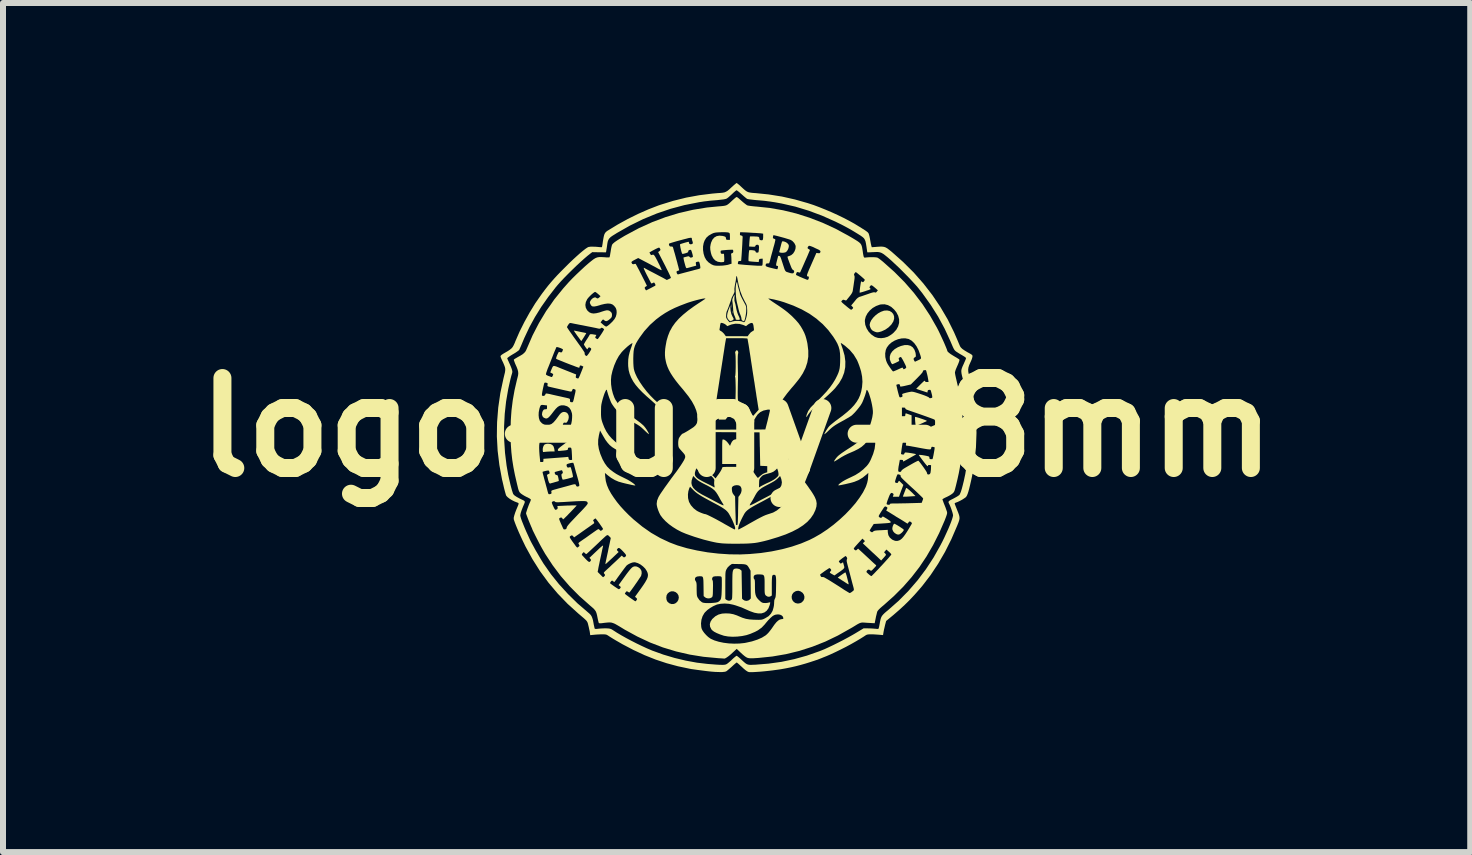
<source format=kicad_pcb>
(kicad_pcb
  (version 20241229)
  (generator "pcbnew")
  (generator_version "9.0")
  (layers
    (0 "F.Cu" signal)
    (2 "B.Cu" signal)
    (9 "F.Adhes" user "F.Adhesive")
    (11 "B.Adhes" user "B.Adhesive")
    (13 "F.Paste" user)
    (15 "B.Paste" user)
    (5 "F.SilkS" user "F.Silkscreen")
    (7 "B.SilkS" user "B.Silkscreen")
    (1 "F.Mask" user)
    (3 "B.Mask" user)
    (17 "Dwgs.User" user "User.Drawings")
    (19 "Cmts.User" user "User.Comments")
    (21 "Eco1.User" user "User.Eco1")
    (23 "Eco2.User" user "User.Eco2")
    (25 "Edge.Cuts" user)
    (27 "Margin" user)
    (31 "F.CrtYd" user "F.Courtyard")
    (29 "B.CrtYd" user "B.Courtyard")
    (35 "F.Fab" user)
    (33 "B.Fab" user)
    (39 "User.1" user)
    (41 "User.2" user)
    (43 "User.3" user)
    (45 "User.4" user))
  (footprint "logo-uny-8mm"
    (layer "F.Cu")
    (at 9.229 4.073)
    (property "Reference" "logo-uny-8mm" (at 0 0 0) (layer "F.SilkS") (effects (font (size 1.5 1.5) (thickness 0.3))))
    (attr board_only exclude_from_pos_files exclude_from_bom)
    (fp_poly (pts (xy -0.075 -1.938) (xy -0.073 -1.915) (xy -0.075 -1.902) (xy -0.077 -1.898) (xy -0.078 -1.908) (xy -0.078 -1.92) (xy -0.078 -1.937) (xy -0.076 -1.942)) (stroke (width 0) (type solid)) (fill yes) (layer "F.SilkS"))
    (fp_poly (pts (xy -0.083 -2.059) (xy -0.083 -2.054) (xy -0.081 -2.024) (xy -0.083 -1.994) (xy -0.084 -1.987) (xy -0.085 -1.994) (xy -0.086 -2.014) (xy -0.086 -2.024) (xy -0.085 -2.048) (xy -0.084 -2.06)) (stroke (width 0) (type solid)) (fill yes) (layer "F.SilkS"))
    (fp_poly (pts (xy -3.104 0.278) (xy -3.073 0.293) (xy -3.052 0.319) (xy -3.04 0.358) (xy -3.039 0.365) (xy -3.034 0.402) (xy -3.078 0.402) (xy -3.11 0.403) (xy -3.149 0.405) (xy -3.174 0.407) (xy -3.227 0.412) (xy -3.232 0.388) (xy -3.232 0.357) (xy -3.225 0.325) (xy -3.212 0.298) (xy -3.202 0.287) (xy -3.179 0.277) (xy -3.147 0.273)) (stroke (width 0) (type solid)) (fill yes) (layer "F.SilkS"))
    (fp_poly (pts (xy -0.105 -1.995) (xy -0.1 -1.938) (xy -0.088 -1.888) (xy -0.07 -1.848) (xy -0.068 -1.843) (xy -0.053 -1.818) (xy -0.05 -1.801) (xy -0.06 -1.789) (xy -0.077 -1.779) (xy -0.096 -1.772) (xy -0.107 -1.767) (xy -0.108 -1.767) (xy -0.114 -1.772) (xy -0.127 -1.785) (xy -0.132 -1.79) (xy -0.149 -1.812) (xy -0.158 -1.836) (xy -0.159 -1.865) (xy -0.153 -1.902) (xy -0.139 -1.948) (xy -0.125 -1.984) (xy -0.105 -2.036)) (stroke (width 0) (type solid)) (fill yes) (layer "F.SilkS"))
    (fp_poly (pts (xy 1.817 2.425) (xy 1.824 2.445) (xy 1.833 2.473) (xy 1.838 2.492) (xy 1.847 2.528) (xy 1.855 2.561) (xy 1.862 2.586) (xy 1.863 2.593) (xy 1.867 2.612) (xy 1.863 2.617) (xy 1.849 2.61) (xy 1.844 2.607) (xy 1.83 2.598) (xy 1.807 2.583) (xy 1.778 2.564) (xy 1.756 2.551) (xy 1.685 2.505) (xy 1.744 2.462) (xy 1.771 2.443) (xy 1.794 2.428) (xy 1.808 2.419) (xy 1.812 2.418)) (stroke (width 0) (type solid)) (fill yes) (layer "F.SilkS"))
    (fp_poly (pts (xy 2.834 1.012) (xy 2.847 1.021) (xy 2.869 1.039) (xy 2.874 1.043) (xy 2.902 1.068) (xy 2.93 1.094) (xy 2.95 1.115) (xy 2.981 1.146) (xy 2.902 1.151) (xy 2.848 1.155) (xy 2.809 1.156) (xy 2.784 1.156) (xy 2.773 1.155) (xy 2.771 1.153) (xy 2.774 1.145) (xy 2.781 1.125) (xy 2.792 1.098) (xy 2.794 1.091) (xy 2.806 1.061) (xy 2.816 1.035) (xy 2.822 1.019) (xy 2.823 1.017) (xy 2.827 1.011)) (stroke (width 0) (type solid)) (fill yes) (layer "F.SilkS"))
    (fp_poly (pts (xy 2.639 1.611) (xy 2.66 1.622) (xy 2.686 1.637) (xy 2.715 1.655) (xy 2.743 1.674) (xy 2.767 1.69) (xy 2.782 1.703) (xy 2.787 1.709) (xy 2.781 1.723) (xy 2.767 1.741) (xy 2.747 1.761) (xy 2.726 1.777) (xy 2.709 1.786) (xy 2.707 1.787) (xy 2.685 1.787) (xy 2.663 1.78) (xy 2.633 1.761) (xy 2.61 1.735) (xy 2.597 1.706) (xy 2.595 1.691) (xy 2.597 1.668) (xy 2.604 1.643) (xy 2.614 1.622) (xy 2.623 1.608) (xy 2.627 1.607)) (stroke (width 0) (type solid)) (fill yes) (layer "F.SilkS"))
    (fp_poly (pts (xy 0.792 -3.097) (xy 0.816 -3.088) (xy 0.838 -3.075) (xy 0.845 -3.069) (xy 0.863 -3.049) (xy 0.87 -3.029) (xy 0.87 -3.019) (xy 0.864 -2.987) (xy 0.851 -2.956) (xy 0.833 -2.931) (xy 0.816 -2.918) (xy 0.789 -2.911) (xy 0.756 -2.909) (xy 0.724 -2.913) (xy 0.72 -2.914) (xy 0.71 -2.921) (xy 0.711 -2.931) (xy 0.715 -2.944) (xy 0.722 -2.969) (xy 0.73 -3.001) (xy 0.735 -3.019) (xy 0.743 -3.052) (xy 0.751 -3.078) (xy 0.756 -3.095) (xy 0.758 -3.098) (xy 0.771 -3.101)) (stroke (width 0) (type solid)) (fill yes) (layer "F.SilkS"))
    (fp_poly (pts (xy 2.983 -0.173) (xy 3.004 -0.168) (xy 3.032 -0.16) (xy 3.064 -0.149) (xy 3.097 -0.138) (xy 3.128 -0.127) (xy 3.152 -0.118) (xy 3.165 -0.112) (xy 3.17 -0.106) (xy 3.162 -0.1) (xy 3.149 -0.094) (xy 3.128 -0.085) (xy 3.099 -0.071) (xy 3.066 -0.057) (xy 3.058 -0.053) (xy 3.028 -0.04) (xy 3.005 -0.03) (xy 2.99 -0.025) (xy 2.988 -0.024) (xy 2.985 -0.032) (xy 2.981 -0.051) (xy 2.978 -0.08) (xy 2.976 -0.097) (xy 2.974 -0.129) (xy 2.973 -0.155) (xy 2.974 -0.171) (xy 2.975 -0.174)) (stroke (width 0) (type solid)) (fill yes) (layer "F.SilkS"))
    (fp_poly (pts (xy -2.704 -1.611) (xy -2.685 -1.608) (xy -2.657 -1.602) (xy -2.655 -1.602) (xy -2.618 -1.594) (xy -2.58 -1.586) (xy -2.554 -1.581) (xy -2.53 -1.576) (xy -2.513 -1.572) (xy -2.507 -1.57) (xy -2.51 -1.563) (xy -2.52 -1.546) (xy -2.534 -1.523) (xy -2.55 -1.497) (xy -2.566 -1.472) (xy -2.58 -1.452) (xy -2.588 -1.44) (xy -2.59 -1.438) (xy -2.595 -1.444) (xy -2.608 -1.461) (xy -2.626 -1.486) (xy -2.649 -1.517) (xy -2.654 -1.523) (xy -2.676 -1.555) (xy -2.695 -1.582) (xy -2.708 -1.602) (xy -2.713 -1.611) (xy -2.713 -1.611)) (stroke (width 0) (type solid)) (fill yes) (layer "F.SilkS"))
    (fp_poly (pts (xy 2.551 -1.939) (xy 2.585 -1.918) (xy 2.61 -1.889) (xy 2.624 -1.852) (xy 2.625 -1.81) (xy 2.612 -1.766) (xy 2.61 -1.762) (xy 2.578 -1.712) (xy 2.533 -1.667) (xy 2.479 -1.629) (xy 2.419 -1.601) (xy 2.407 -1.597) (xy 2.375 -1.588) (xy 2.353 -1.584) (xy 2.333 -1.585) (xy 2.311 -1.591) (xy 2.303 -1.594) (xy 2.279 -1.605) (xy 2.26 -1.617) (xy 2.257 -1.619) (xy 2.238 -1.643) (xy 2.224 -1.675) (xy 2.217 -1.706) (xy 2.217 -1.708) (xy 2.225 -1.746) (xy 2.245 -1.787) (xy 2.276 -1.828) (xy 2.314 -1.866) (xy 2.358 -1.9) (xy 2.405 -1.926) (xy 2.452 -1.943) (xy 2.46 -1.945) (xy 2.508 -1.948)) (stroke (width 0) (type solid)) (fill yes) (layer "F.SilkS"))
    (fp_poly (pts (xy -0.035 -2.202) (xy -0.035 -2.183) (xy -0.037 -2.163) (xy -0.037 -2.112) (xy -0.03 -2.084) (xy -0.022 -2.059) (xy -0.015 -2.026) (xy -0.008 -1.99) (xy -0.008 -1.987) (xy 0.00027 -1.949) (xy 0.012 -1.908) (xy 0.024 -1.876) (xy 0.041 -1.84) (xy 0.05 -1.816) (xy 0.053 -1.801) (xy 0.048 -1.794) (xy 0.037 -1.792) (xy 0.021 -1.791) (xy -0.003 -1.793) (xy -0.014 -1.797) (xy -0.016 -1.805) (xy -0.019 -1.819) (xy -0.028 -1.842) (xy -0.035 -1.859) (xy -0.045 -1.883) (xy -0.052 -1.911) (xy -0.057 -1.946) (xy -0.06 -1.992) (xy -0.063 -2.03) (xy -0.067 -2.065) (xy -0.07 -2.092) (xy -0.072 -2.104) (xy -0.073 -2.126) (xy -0.064 -2.157) (xy -0.06 -2.167) (xy -0.049 -2.19) (xy -0.04 -2.205) (xy -0.037 -2.209)) (stroke (width 0) (type solid)) (fill yes) (layer "F.SilkS"))
    (fp_poly (pts (xy 0.04 0.204) (xy 0.069 0.224) (xy 0.091 0.257) (xy 0.094 0.263) (xy 0.104 0.283) (xy 0.114 0.296) (xy 0.117 0.297) (xy 0.126 0.291) (xy 0.14 0.275) (xy 0.149 0.261) (xy 0.17 0.235) (xy 0.196 0.214) (xy 0.222 0.202) (xy 0.232 0.201) (xy 0.235 0.207) (xy 0.238 0.226) (xy 0.239 0.258) (xy 0.24 0.305) (xy 0.241 0.366) (xy 0.241 0.406) (xy 0.241 0.611) (xy 0 0.611) (xy -0.241 0.611) (xy -0.241 0.406) (xy -0.241 0.342) (xy -0.241 0.294) (xy -0.24 0.257) (xy -0.239 0.231) (xy -0.237 0.215) (xy -0.234 0.205) (xy -0.231 0.201) (xy -0.229 0.201) (xy -0.202 0.208) (xy -0.173 0.229) (xy -0.143 0.262) (xy -0.14 0.267) (xy -0.11 0.309) (xy -0.099 0.281) (xy -0.08 0.241) (xy -0.057 0.215) (xy -0.029 0.202) (xy 0.002 0.198)) (stroke (width 0) (type solid)) (fill yes) (layer "F.SilkS"))
    (fp_poly (pts (xy 0.015 -2.382) (xy 0.023 -2.346) (xy 0.034 -2.306) (xy 0.041 -2.282) (xy 0.049 -2.255) (xy 0.054 -2.233) (xy 0.056 -2.223) (xy 0.06 -2.212) (xy 0.07 -2.189) (xy 0.085 -2.157) (xy 0.104 -2.12) (xy 0.126 -2.079) (xy 0.134 -2.064) (xy 0.147 -2.04) (xy 0.155 -2.02) (xy 0.159 -2.002) (xy 0.16 -1.978) (xy 0.159 -1.945) (xy 0.159 -1.936) (xy 0.156 -1.901) (xy 0.15 -1.864) (xy 0.144 -1.829) (xy 0.136 -1.799) (xy 0.129 -1.778) (xy 0.122 -1.768) (xy 0.121 -1.768) (xy 0.111 -1.771) (xy 0.098 -1.777) (xy 0.084 -1.79) (xy 0.08 -1.811) (xy 0.077 -1.832) (xy 0.068 -1.86) (xy 0.062 -1.876) (xy 0.05 -1.904) (xy 0.039 -1.94) (xy 0.029 -1.978) (xy 0.029 -1.98) (xy 0.02 -2.019) (xy 0.01 -2.059) (xy 0.002 -2.092) (xy 0.002 -2.093) (xy -0.005 -2.131) (xy -0.011 -2.177) (xy -0.014 -2.227) (xy -0.016 -2.278) (xy -0.016 -2.325) (xy -0.013 -2.366) (xy -0.008 -2.396) (xy -0.005 -2.404) (xy 0.006 -2.43)) (stroke (width 0) (type solid)) (fill yes) (layer "F.SilkS"))
    (fp_poly (pts (xy 0.016 -1.278) (xy 0.024 -1.262) (xy 0.027 -1.242) (xy 0.024 -1.229) (xy 0.021 -1.214) (xy 0.019 -1.185) (xy 0.018 -1.14) (xy 0.018 -1.082) (xy 0.019 -1.034) (xy 0.02 -0.978) (xy 0.021 -0.933) (xy 0.022 -0.899) (xy 0.022 -0.87) (xy 0.022 -0.844) (xy 0.022 -0.818) (xy 0.022 -0.789) (xy 0.021 -0.754) (xy 0.02 -0.709) (xy 0.019 -0.651) (xy 0.019 -0.647) (xy 0.018 -0.58) (xy 0.018 -0.527) (xy 0.019 -0.489) (xy 0.021 -0.462) (xy 0.024 -0.447) (xy 0.025 -0.444) (xy 0.03 -0.428) (xy 0.025 -0.412) (xy 0.021 -0.406) (xy 0.008 -0.39) (xy -0.002 -0.388) (xy -0.013 -0.401) (xy -0.018 -0.408) (xy -0.026 -0.431) (xy -0.024 -0.442) (xy -0.021 -0.454) (xy -0.019 -0.479) (xy -0.018 -0.514) (xy -0.017 -0.558) (xy -0.016 -0.605) (xy -0.016 -0.655) (xy -0.017 -0.704) (xy -0.018 -0.749) (xy -0.019 -0.787) (xy -0.021 -0.816) (xy -0.023 -0.833) (xy -0.024 -0.835) (xy -0.028 -0.851) (xy -0.024 -0.855) (xy -0.022 -0.865) (xy -0.02 -0.887) (xy -0.018 -0.92) (xy -0.017 -0.961) (xy -0.016 -1.007) (xy -0.016 -1.055) (xy -0.016 -1.103) (xy -0.017 -1.147) (xy -0.018 -1.185) (xy -0.02 -1.215) (xy -0.022 -1.233) (xy -0.024 -1.236) (xy -0.025 -1.251) (xy -0.017 -1.269) (xy -0.005 -1.282) (xy 0.004 -1.285)) (stroke (width 0) (type solid)) (fill yes) (layer "F.SilkS"))
    (fp_poly (pts (xy 0.009 -4.067) (xy 0.027 -4.053) (xy 0.051 -4.033) (xy 0.073 -4.012) (xy 0.111 -3.977) (xy 0.141 -3.951) (xy 0.166 -3.933) (xy 0.191 -3.921) (xy 0.219 -3.914) (xy 0.253 -3.909) (xy 0.298 -3.905) (xy 0.318 -3.904) (xy 0.534 -3.882) (xy 0.754 -3.847) (xy 0.972 -3.798) (xy 1.186 -3.737) (xy 1.281 -3.706) (xy 1.377 -3.67) (xy 1.479 -3.629) (xy 1.583 -3.585) (xy 1.686 -3.538) (xy 1.785 -3.49) (xy 1.877 -3.442) (xy 1.96 -3.396) (xy 2.016 -3.362) (xy 2.035 -3.35) (xy 2.064 -3.333) (xy 2.096 -3.312) (xy 2.115 -3.301) (xy 2.155 -3.274) (xy 2.184 -3.252) (xy 2.199 -3.233) (xy 2.199 -3.233) (xy 2.205 -3.216) (xy 2.213 -3.187) (xy 2.221 -3.15) (xy 2.228 -3.109) (xy 2.229 -3.105) (xy 2.236 -3.066) (xy 2.243 -3.034) (xy 2.249 -3.012) (xy 2.253 -3.002) (xy 2.254 -3.002) (xy 2.265 -3.003) (xy 2.288 -3.005) (xy 2.319 -3.007) (xy 2.339 -3.009) (xy 2.387 -3.012) (xy 2.425 -3.012) (xy 2.456 -3.008) (xy 2.483 -2.999) (xy 2.511 -2.983) (xy 2.544 -2.958) (xy 2.585 -2.925) (xy 2.585 -2.925) (xy 2.774 -2.757) (xy 2.951 -2.581) (xy 3.113 -2.397) (xy 3.262 -2.205) (xy 3.396 -2.006) (xy 3.517 -1.8) (xy 3.623 -1.586) (xy 3.67 -1.478) (xy 3.687 -1.438) (xy 3.702 -1.402) (xy 3.715 -1.372) (xy 3.723 -1.353) (xy 3.724 -1.351) (xy 3.738 -1.33) (xy 3.763 -1.306) (xy 3.801 -1.28) (xy 3.852 -1.249) (xy 3.87 -1.24) (xy 3.9 -1.223) (xy 3.918 -1.211) (xy 3.928 -1.201) (xy 3.931 -1.191) (xy 3.931 -1.179) (xy 3.927 -1.16) (xy 3.918 -1.132) (xy 3.904 -1.099) (xy 3.897 -1.084) (xy 3.876 -1.037) (xy 3.864 -0.999) (xy 3.859 -0.964) (xy 3.861 -0.927) (xy 3.87 -0.883) (xy 3.874 -0.867) (xy 3.929 -0.629) (xy 3.968 -0.389) (xy 3.991 -0.148) (xy 3.998 0.093) (xy 3.989 0.334) (xy 3.965 0.575) (xy 3.924 0.814) (xy 3.908 0.888) (xy 3.891 0.962) (xy 3.876 1.023) (xy 3.863 1.071) (xy 3.851 1.107) (xy 3.84 1.134) (xy 3.829 1.153) (xy 3.821 1.164) (xy 3.796 1.182) (xy 3.762 1.204) (xy 3.724 1.225) (xy 3.686 1.243) (xy 3.66 1.253) (xy 3.64 1.261) (xy 3.634 1.27) (xy 3.635 1.276) (xy 3.64 1.288) (xy 3.649 1.312) (xy 3.662 1.344) (xy 3.675 1.378) (xy 3.694 1.425) (xy 3.707 1.462) (xy 3.714 1.493) (xy 3.715 1.52) (xy 3.71 1.548) (xy 3.699 1.582) (xy 3.682 1.625) (xy 3.676 1.64) (xy 3.579 1.865) (xy 3.473 2.077) (xy 3.357 2.276) (xy 3.232 2.464) (xy 3.097 2.64) (xy 3.047 2.699) (xy 2.966 2.791) (xy 2.885 2.877) (xy 2.801 2.96) (xy 2.711 3.043) (xy 2.612 3.129) (xy 2.561 3.171) (xy 2.492 3.228) (xy 2.475 3.291) (xy 2.466 3.331) (xy 2.456 3.373) (xy 2.449 3.409) (xy 2.44 3.463) (xy 2.371 3.457) (xy 2.328 3.454) (xy 2.281 3.451) (xy 2.239 3.451) (xy 2.237 3.451) (xy 2.204 3.451) (xy 2.181 3.454) (xy 2.162 3.46) (xy 2.141 3.473) (xy 2.125 3.484) (xy 2.063 3.523) (xy 1.989 3.567) (xy 1.908 3.613) (xy 1.821 3.66) (xy 1.732 3.705) (xy 1.646 3.747) (xy 1.564 3.785) (xy 1.502 3.812) (xy 1.449 3.833) (xy 1.408 3.85) (xy 1.374 3.863) (xy 1.346 3.874) (xy 1.318 3.883) (xy 1.289 3.893) (xy 1.254 3.904) (xy 1.237 3.91) (xy 1.147 3.938) (xy 1.066 3.961) (xy 0.989 3.981) (xy 0.911 3.999) (xy 0.827 4.016) (xy 0.783 4.024) (xy 0.726 4.034) (xy 0.662 4.043) (xy 0.595 4.052) (xy 0.526 4.06) (xy 0.458 4.067) (xy 0.393 4.073) (xy 0.333 4.077) (xy 0.281 4.08) (xy 0.239 4.081) (xy 0.21 4.08) (xy 0.199 4.078) (xy 0.18 4.07) (xy 0.153 4.052) (xy 0.119 4.024) (xy 0.077 3.985) (xy 0.062 3.972) (xy 0.038 3.949) (xy 0.018 3.932) (xy 0.004 3.921) (xy 0.001 3.92) (xy -0.007 3.925) (xy -0.025 3.939) (xy -0.049 3.96) (xy -0.077 3.986) (xy -0.08 3.989) (xy -0.111 4.016) (xy -0.139 4.04) (xy -0.162 4.059) (xy -0.177 4.069) (xy -0.177 4.069) (xy -0.2 4.075) (xy -0.238 4.079) (xy -0.291 4.079) (xy -0.357 4.077) (xy -0.382 4.075) (xy -0.42 4.072) (xy -0.469 4.067) (xy -0.527 4.06) (xy -0.589 4.052) (xy -0.65 4.044) (xy -0.707 4.036) (xy -0.756 4.029) (xy -0.783 4.024) (xy -0.978 3.983) (xy -1.167 3.932) (xy -1.351 3.871) (xy -1.534 3.798) (xy -1.717 3.713) (xy -1.904 3.615) (xy -1.968 3.578) (xy -2.01 3.554) (xy -2.052 3.529) (xy -2.089 3.506) (xy -2.118 3.488) (xy -2.125 3.483) (xy -2.151 3.466) (xy -2.171 3.456) (xy -2.191 3.452) (xy -2.219 3.45) (xy -2.233 3.45) (xy -2.271 3.451) (xy -2.316 3.453) (xy -2.359 3.456) (xy -2.367 3.457) (xy -2.441 3.464) (xy -2.446 3.425) (xy -2.45 3.399) (xy -2.458 3.364) (xy -2.466 3.326) (xy -2.47 3.31) (xy -2.476 3.285) (xy -2.481 3.266) (xy -2.487 3.25) (xy -2.495 3.236) (xy -2.506 3.221) (xy -2.523 3.204) (xy -2.547 3.182) (xy -2.579 3.155) (xy -2.621 3.119) (xy -2.639 3.104) (xy -2.818 2.942) (xy -2.983 2.771) (xy -3.136 2.59) (xy -3.277 2.398) (xy -3.404 2.197) (xy -3.52 1.986) (xy -3.54 1.944) (xy -3.571 1.88) (xy -3.601 1.815) (xy -3.63 1.751) (xy -3.656 1.69) (xy -3.679 1.634) (xy -3.697 1.587) (xy -3.71 1.55) (xy -3.715 1.533) (xy -3.716 1.508) (xy -3.707 1.47) (xy -3.691 1.42) (xy -3.667 1.358) (xy -3.666 1.357) (xy -3.65 1.318) (xy -3.639 1.292) (xy -3.635 1.275) (xy -3.635 1.265) (xy -3.641 1.26) (xy -3.653 1.255) (xy -3.658 1.253) (xy -3.702 1.236) (xy -3.746 1.214) (xy -3.785 1.19) (xy -3.817 1.165) (xy -3.838 1.143) (xy -3.841 1.138) (xy -3.847 1.123) (xy -3.855 1.095) (xy -3.866 1.056) (xy -3.878 1.009) (xy -3.89 0.956) (xy -3.903 0.9) (xy -3.911 0.868) (xy -3.955 0.629) (xy -3.984 0.39) (xy -3.997 0.151) (xy -3.995 -0.007) (xy -3.877 -0.007) (xy -3.875 0.21) (xy -3.861 0.425) (xy -3.835 0.637) (xy -3.808 0.791) (xy -3.796 0.846) (xy -3.783 0.902) (xy -3.77 0.957) (xy -3.757 1.007) (xy -3.745 1.051) (xy -3.734 1.085) (xy -3.726 1.108) (xy -3.723 1.114) (xy -3.702 1.136) (xy -3.666 1.16) (xy -3.615 1.188) (xy -3.584 1.203) (xy -3.558 1.215) (xy -3.541 1.225) (xy -3.532 1.236) (xy -3.532 1.251) (xy -3.54 1.273) (xy -3.554 1.306) (xy -3.559 1.317) (xy -3.583 1.378) (xy -3.599 1.426) (xy -3.606 1.461) (xy -3.607 1.469) (xy -3.603 1.489) (xy -3.594 1.521) (xy -3.579 1.563) (xy -3.559 1.613) (xy -3.536 1.67) (xy -3.51 1.731) (xy -3.481 1.794) (xy -3.452 1.858) (xy -3.434 1.896) (xy -3.413 1.936) (xy -3.385 1.987) (xy -3.354 2.045) (xy -3.319 2.104) (xy -3.285 2.163) (xy -3.252 2.218) (xy -3.224 2.264) (xy -3.218 2.273) (xy -3.097 2.446) (xy -2.961 2.615) (xy -2.812 2.778) (xy -2.652 2.935) (xy -2.482 3.081) (xy -2.454 3.105) (xy -2.433 3.127) (xy -2.418 3.15) (xy -2.406 3.179) (xy -2.395 3.215) (xy -2.386 3.263) (xy -2.382 3.287) (xy -2.375 3.318) (xy -2.37 3.342) (xy -2.365 3.357) (xy -2.364 3.358) (xy -2.353 3.36) (xy -2.331 3.36) (xy -2.303 3.357) (xy -2.297 3.356) (xy -2.258 3.353) (xy -2.213 3.351) (xy -2.17 3.351) (xy -2.169 3.351) (xy -2.134 3.353) (xy -2.11 3.357) (xy -2.09 3.364) (xy -2.069 3.376) (xy -2.052 3.387) (xy -1.993 3.425) (xy -1.922 3.467) (xy -1.842 3.512) (xy -1.757 3.557) (xy -1.669 3.602) (xy -1.582 3.644) (xy -1.5 3.682) (xy -1.425 3.714) (xy -1.406 3.722) (xy -1.223 3.788) (xy -1.035 3.844) (xy -0.847 3.889) (xy -0.662 3.923) (xy -0.485 3.944) (xy -0.407 3.95) (xy -0.344 3.955) (xy -0.293 3.958) (xy -0.253 3.959) (xy -0.223 3.959) (xy -0.199 3.957) (xy -0.181 3.953) (xy -0.168 3.947) (xy -0.163 3.944) (xy -0.146 3.932) (xy -0.122 3.912) (xy -0.093 3.887) (xy -0.074 3.868) (xy -0.047 3.843) (xy -0.024 3.824) (xy -0.007 3.811) (xy -0.000341 3.808) (xy 0.009 3.813) (xy 0.027 3.827) (xy 0.052 3.848) (xy 0.079 3.873) (xy 0.115 3.906) (xy 0.143 3.93) (xy 0.167 3.946) (xy 0.19 3.955) (xy 0.218 3.959) (xy 0.253 3.959) (xy 0.299 3.957) (xy 0.309 3.957) (xy 0.532 3.939) (xy 0.748 3.909) (xy 0.96 3.864) (xy 1.169 3.806) (xy 1.38 3.732) (xy 1.406 3.722) (xy 1.467 3.697) (xy 1.538 3.664) (xy 1.616 3.627) (xy 1.698 3.586) (xy 1.78 3.544) (xy 1.86 3.501) (xy 1.933 3.46) (xy 1.976 3.435) (xy 2.117 3.35) (xy 2.189 3.351) (xy 2.229 3.352) (xy 2.27 3.354) (xy 2.304 3.357) (xy 2.309 3.357) (xy 2.336 3.36) (xy 2.356 3.36) (xy 2.364 3.358) (xy 2.368 3.348) (xy 2.374 3.326) (xy 2.38 3.296) (xy 2.382 3.285) (xy 2.391 3.236) (xy 2.399 3.199) (xy 2.409 3.169) (xy 2.422 3.144) (xy 2.441 3.121) (xy 2.467 3.095) (xy 2.502 3.065) (xy 2.53 3.042) (xy 2.702 2.89) (xy 2.864 2.726) (xy 3.015 2.551) (xy 3.155 2.365) (xy 3.282 2.171) (xy 3.394 1.972) (xy 3.43 1.903) (xy 3.464 1.833) (xy 3.496 1.763) (xy 3.526 1.697) (xy 3.552 1.635) (xy 3.574 1.579) (xy 3.591 1.531) (xy 3.602 1.494) (xy 3.607 1.469) (xy 3.607 1.466) (xy 3.604 1.446) (xy 3.596 1.416) (xy 3.584 1.379) (xy 3.571 1.342) (xy 3.557 1.307) (xy 3.548 1.287) (xy 3.537 1.265) (xy 3.531 1.249) (xy 3.534 1.236) (xy 3.545 1.225) (xy 3.567 1.211) (xy 3.601 1.194) (xy 3.609 1.19) (xy 3.644 1.171) (xy 3.676 1.153) (xy 3.701 1.136) (xy 3.713 1.127) (xy 3.724 1.107) (xy 3.738 1.073) (xy 3.753 1.025) (xy 3.769 0.964) (xy 3.787 0.891) (xy 3.805 0.806) (xy 3.811 0.779) (xy 3.849 0.547) (xy 3.873 0.312) (xy 3.88 0.075) (xy 3.872 -0.162) (xy 3.848 -0.398) (xy 3.809 -0.634) (xy 3.767 -0.819) (xy 3.755 -0.864) (xy 3.748 -0.9) (xy 3.745 -0.929) (xy 3.746 -0.955) (xy 3.753 -0.982) (xy 3.765 -1.014) (xy 3.784 -1.055) (xy 3.796 -1.083) (xy 3.809 -1.112) (xy 3.819 -1.136) (xy 3.823 -1.151) (xy 3.824 -1.153) (xy 3.817 -1.163) (xy 3.8 -1.176) (xy 3.781 -1.188) (xy 3.753 -1.205) (xy 3.718 -1.225) (xy 3.685 -1.246) (xy 3.666 -1.258) (xy 3.651 -1.269) (xy 3.639 -1.28) (xy 3.628 -1.294) (xy 3.617 -1.313) (xy 3.604 -1.34) (xy 3.588 -1.377) (xy 3.567 -1.426) (xy 3.562 -1.438) (xy 3.467 -1.644) (xy 3.358 -1.846) (xy 3.234 -2.042) (xy 3.098 -2.232) (xy 3.014 -2.338) (xy 2.977 -2.38) (xy 2.931 -2.43) (xy 2.878 -2.487) (xy 2.82 -2.546) (xy 2.759 -2.608) (xy 2.698 -2.668) (xy 2.638 -2.724) (xy 2.584 -2.775) (xy 2.536 -2.817) (xy 2.52 -2.831) (xy 2.478 -2.865) (xy 2.445 -2.89) (xy 2.416 -2.907) (xy 2.388 -2.917) (xy 2.357 -2.922) (xy 2.319 -2.922) (xy 2.272 -2.92) (xy 2.267 -2.92) (xy 2.231 -2.918) (xy 2.202 -2.917) (xy 2.183 -2.917) (xy 2.177 -2.919) (xy 2.176 -2.928) (xy 2.173 -2.95) (xy 2.168 -2.981) (xy 2.164 -3.01) (xy 2.156 -3.06) (xy 2.148 -3.098) (xy 2.137 -3.127) (xy 2.122 -3.151) (xy 2.099 -3.172) (xy 2.067 -3.195) (xy 2.024 -3.222) (xy 2.024 -3.222) (xy 1.957 -3.263) (xy 1.9 -3.297) (xy 1.848 -3.326) (xy 1.796 -3.354) (xy 1.74 -3.383) (xy 1.676 -3.414) (xy 1.646 -3.429) (xy 1.424 -3.528) (xy 1.201 -3.611) (xy 0.977 -3.679) (xy 0.75 -3.731) (xy 0.639 -3.751) (xy 0.593 -3.758) (xy 0.555 -3.764) (xy 0.521 -3.768) (xy 0.486 -3.773) (xy 0.448 -3.777) (xy 0.402 -3.781) (xy 0.344 -3.786) (xy 0.328 -3.787) (xy 0.281 -3.792) (xy 0.24 -3.797) (xy 0.206 -3.801) (xy 0.183 -3.806) (xy 0.175 -3.808) (xy 0.162 -3.817) (xy 0.14 -3.835) (xy 0.113 -3.858) (xy 0.083 -3.885) (xy 0.082 -3.885) (xy 0.053 -3.911) (xy 0.028 -3.932) (xy 0.009 -3.946) (xy -0.000446 -3.952) (xy -0.001 -3.952) (xy -0.01 -3.947) (xy -0.028 -3.933) (xy -0.05 -3.914) (xy -0.055 -3.909) (xy -0.09 -3.876) (xy -0.116 -3.853) (xy -0.135 -3.836) (xy -0.149 -3.825) (xy -0.16 -3.817) (xy -0.17 -3.811) (xy -0.171 -3.811) (xy -0.189 -3.805) (xy -0.22 -3.799) (xy -0.264 -3.794) (xy -0.318 -3.788) (xy -0.328 -3.787) (xy -0.389 -3.782) (xy -0.438 -3.778) (xy -0.478 -3.773) (xy -0.513 -3.769) (xy -0.547 -3.765) (xy -0.583 -3.759) (xy -0.625 -3.753) (xy -0.639 -3.75) (xy -0.872 -3.704) (xy -1.103 -3.642) (xy -1.332 -3.564) (xy -1.558 -3.471) (xy -1.78 -3.362) (xy -1.998 -3.238) (xy -2.023 -3.222) (xy -2.067 -3.195) (xy -2.1 -3.172) (xy -2.122 -3.15) (xy -2.137 -3.127) (xy -2.148 -3.1) (xy -2.155 -3.065) (xy -2.16 -3.028) (xy -2.165 -2.994) (xy -2.17 -2.964) (xy -2.173 -2.942) (xy -2.174 -2.938) (xy -2.178 -2.917) (xy -2.292 -2.918) (xy -2.407 -2.92) (xy -2.439 -2.896) (xy -2.487 -2.858) (xy -2.543 -2.81) (xy -2.605 -2.754) (xy -2.671 -2.693) (xy -2.738 -2.628) (xy -2.805 -2.562) (xy -2.869 -2.497) (xy -2.927 -2.436) (xy -2.978 -2.379) (xy -3.013 -2.338) (xy -3.142 -2.171) (xy -3.258 -2.006) (xy -3.361 -1.84) (xy -3.454 -1.67) (xy -3.538 -1.492) (xy -3.575 -1.404) (xy -3.591 -1.366) (xy -3.606 -1.332) (xy -3.618 -1.306) (xy -3.625 -1.29) (xy -3.626 -1.289) (xy -3.637 -1.279) (xy -3.659 -1.263) (xy -3.688 -1.243) (xy -3.723 -1.222) (xy -3.73 -1.218) (xy -3.765 -1.197) (xy -3.793 -1.178) (xy -3.814 -1.162) (xy -3.823 -1.153) (xy -3.824 -1.151) (xy -3.82 -1.139) (xy -3.811 -1.117) (xy -3.798 -1.09) (xy -3.797 -1.086) (xy -3.78 -1.05) (xy -3.763 -1.01) (xy -3.752 -0.981) (xy -3.743 -0.952) (xy -3.739 -0.932) (xy -3.74 -0.915) (xy -3.745 -0.895) (xy -3.746 -0.892) (xy -3.756 -0.859) (xy -3.768 -0.813) (xy -3.781 -0.757) (xy -3.795 -0.695) (xy -3.808 -0.635) (xy -3.843 -0.432) (xy -3.866 -0.222) (xy -3.877 -0.007) (xy -3.995 -0.007) (xy -3.993 -0.089) (xy -3.974 -0.329) (xy -3.939 -0.571) (xy -3.887 -0.814) (xy -3.873 -0.872) (xy -3.863 -0.912) (xy -3.858 -0.944) (xy -3.857 -0.973) (xy -3.862 -1.002) (xy -3.874 -1.035) (xy -3.891 -1.076) (xy -3.907 -1.109) (xy -3.921 -1.139) (xy -3.931 -1.165) (xy -3.936 -1.183) (xy -3.936 -1.186) (xy -3.931 -1.196) (xy -3.917 -1.209) (xy -3.89 -1.227) (xy -3.859 -1.245) (xy -3.814 -1.271) (xy -3.78 -1.294) (xy -3.754 -1.315) (xy -3.734 -1.338) (xy -3.717 -1.368) (xy -3.7 -1.405) (xy -3.687 -1.438) (xy -3.618 -1.596) (xy -3.538 -1.756) (xy -3.45 -1.915) (xy -3.357 -2.067) (xy -3.259 -2.208) (xy -3.238 -2.237) (xy -3.188 -2.303) (xy -3.141 -2.363) (xy -3.094 -2.419) (xy -3.045 -2.475) (xy -2.991 -2.534) (xy -2.93 -2.597) (xy -2.86 -2.667) (xy -2.792 -2.735) (xy -2.727 -2.797) (xy -2.666 -2.853) (xy -2.611 -2.902) (xy -2.563 -2.942) (xy -2.522 -2.974) (xy -2.49 -2.996) (xy -2.468 -3.007) (xy -2.464 -3.007) (xy -2.435 -3.011) (xy -2.395 -3.011) (xy -2.35 -3.01) (xy -2.305 -3.006) (xy -2.295 -3.005) (xy -2.269 -3.003) (xy -2.251 -3.003) (xy -2.245 -3.004) (xy -2.243 -3.014) (xy -2.239 -3.035) (xy -2.234 -3.066) (xy -2.23 -3.097) (xy -2.221 -3.15) (xy -2.213 -3.189) (xy -2.204 -3.219) (xy -2.192 -3.241) (xy -2.176 -3.259) (xy -2.154 -3.276) (xy -2.142 -3.283) (xy -1.983 -3.38) (xy -1.816 -3.472) (xy -1.644 -3.557) (xy -1.472 -3.633) (xy -1.304 -3.698) (xy -1.269 -3.71) (xy -1.058 -3.775) (xy -0.841 -3.829) (xy -0.623 -3.869) (xy -0.407 -3.896) (xy -0.318 -3.904) (xy -0.269 -3.907) (xy -0.231 -3.911) (xy -0.201 -3.917) (xy -0.176 -3.928) (xy -0.151 -3.943) (xy -0.123 -3.966) (xy -0.089 -3.998) (xy -0.073 -4.012) (xy -0.046 -4.037) (xy -0.023 -4.056) (xy -0.007 -4.069) (xy 0 -4.073)) (stroke (width 0) (type solid)) (fill yes) (layer "F.SilkS"))
    (fp_poly (pts (xy 0.01 -3.835) (xy 0.029 -3.821) (xy 0.053 -3.8) (xy 0.08 -3.776) (xy 0.111 -3.749) (xy 0.14 -3.726) (xy 0.164 -3.708) (xy 0.177 -3.7) (xy 0.197 -3.695) (xy 0.23 -3.69) (xy 0.273 -3.685) (xy 0.324 -3.68) (xy 0.329 -3.68) (xy 0.551 -3.657) (xy 0.773 -3.618) (xy 0.994 -3.564) (xy 1.214 -3.494) (xy 1.432 -3.41) (xy 1.647 -3.311) (xy 1.858 -3.197) (xy 1.868 -3.191) (xy 1.927 -3.157) (xy 1.975 -3.128) (xy 2.012 -3.105) (xy 2.04 -3.085) (xy 2.06 -3.067) (xy 2.074 -3.048) (xy 2.083 -3.028) (xy 2.09 -3.004) (xy 2.095 -2.975) (xy 2.101 -2.939) (xy 2.107 -2.895) (xy 2.113 -2.864) (xy 2.118 -2.844) (xy 2.124 -2.833) (xy 2.132 -2.829) (xy 2.143 -2.829) (xy 2.156 -2.831) (xy 2.188 -2.834) (xy 2.226 -2.836) (xy 2.266 -2.836) (xy 2.302 -2.835) (xy 2.331 -2.832) (xy 2.346 -2.829) (xy 2.36 -2.821) (xy 2.383 -2.805) (xy 2.412 -2.782) (xy 2.443 -2.757) (xy 2.445 -2.755) (xy 2.629 -2.591) (xy 2.799 -2.42) (xy 2.954 -2.242) (xy 3.096 -2.056) (xy 3.223 -1.863) (xy 3.337 -1.663) (xy 3.366 -1.607) (xy 3.388 -1.561) (xy 3.411 -1.512) (xy 3.434 -1.462) (xy 3.456 -1.414) (xy 3.475 -1.369) (xy 3.491 -1.331) (xy 3.503 -1.301) (xy 3.51 -1.281) (xy 3.51 -1.277) (xy 3.517 -1.263) (xy 3.537 -1.244) (xy 3.567 -1.221) (xy 3.607 -1.196) (xy 3.635 -1.179) (xy 3.666 -1.161) (xy 3.691 -1.145) (xy 3.708 -1.134) (xy 3.712 -1.13) (xy 3.714 -1.122) (xy 3.711 -1.107) (xy 3.703 -1.083) (xy 3.689 -1.048) (xy 3.668 -1.001) (xy 3.668 -1) (xy 3.654 -0.968) (xy 3.644 -0.938) (xy 3.639 -0.916) (xy 3.639 -0.911) (xy 3.641 -0.894) (xy 3.646 -0.866) (xy 3.654 -0.829) (xy 3.664 -0.787) (xy 3.667 -0.773) (xy 3.695 -0.653) (xy 3.718 -0.534) (xy 3.738 -0.41) (xy 3.752 -0.305) (xy 3.761 -0.213) (xy 3.767 -0.109) (xy 3.771 0.001) (xy 3.771 0.114) (xy 3.769 0.225) (xy 3.764 0.33) (xy 3.756 0.425) (xy 3.752 0.458) (xy 3.737 0.566) (xy 3.721 0.667) (xy 3.703 0.764) (xy 3.681 0.864) (xy 3.655 0.972) (xy 3.649 0.995) (xy 3.639 1.033) (xy 3.631 1.059) (xy 3.622 1.077) (xy 3.611 1.091) (xy 3.597 1.104) (xy 3.575 1.12) (xy 3.544 1.139) (xy 3.509 1.157) (xy 3.498 1.162) (xy 3.468 1.176) (xy 3.445 1.189) (xy 3.432 1.198) (xy 3.43 1.201) (xy 3.433 1.211) (xy 3.441 1.232) (xy 3.452 1.263) (xy 3.466 1.298) (xy 3.467 1.3) (xy 3.482 1.338) (xy 3.494 1.373) (xy 3.504 1.401) (xy 3.508 1.418) (xy 3.508 1.434) (xy 3.502 1.458) (xy 3.49 1.493) (xy 3.472 1.54) (xy 3.468 1.551) (xy 3.375 1.764) (xy 3.274 1.964) (xy 3.165 2.152) (xy 3.046 2.33) (xy 2.916 2.498) (xy 2.775 2.659) (xy 2.621 2.813) (xy 2.454 2.962) (xy 2.425 2.986) (xy 2.392 3.015) (xy 2.366 3.041) (xy 2.349 3.062) (xy 2.345 3.069) (xy 2.339 3.088) (xy 2.332 3.118) (xy 2.323 3.154) (xy 2.318 3.18) (xy 2.301 3.265) (xy 2.273 3.264) (xy 2.254 3.263) (xy 2.223 3.261) (xy 2.185 3.259) (xy 2.157 3.257) (xy 2.129 3.255) (xy 2.107 3.254) (xy 2.089 3.254) (xy 2.073 3.257) (xy 2.055 3.262) (xy 2.034 3.272) (xy 2.008 3.286) (xy 1.974 3.307) (xy 1.93 3.334) (xy 1.895 3.354) (xy 1.687 3.471) (xy 1.477 3.572) (xy 1.262 3.657) (xy 1.044 3.727) (xy 0.822 3.781) (xy 0.595 3.82) (xy 0.363 3.844) (xy 0.313 3.847) (xy 0.269 3.85) (xy 0.234 3.85) (xy 0.205 3.848) (xy 0.18 3.842) (xy 0.156 3.83) (xy 0.13 3.811) (xy 0.099 3.785) (xy 0.061 3.75) (xy 0.035 3.725) (xy 0.001 3.693) (xy -0.062 3.751) (xy -0.099 3.785) (xy -0.134 3.814) (xy -0.165 3.836) (xy -0.189 3.85) (xy -0.204 3.855) (xy -0.204 3.855) (xy -0.215 3.854) (xy -0.239 3.852) (xy -0.272 3.85) (xy -0.311 3.848) (xy -0.317 3.847) (xy -0.553 3.825) (xy -0.783 3.788) (xy -1.008 3.736) (xy -1.229 3.669) (xy -1.445 3.586) (xy -1.656 3.487) (xy -1.863 3.374) (xy -1.899 3.352) (xy -1.953 3.319) (xy -1.996 3.294) (xy -2.03 3.275) (xy -2.045 3.269) (xy -0.594 3.269) (xy -0.59 3.329) (xy -0.582 3.36) (xy -0.566 3.391) (xy -0.541 3.426) (xy -0.509 3.462) (xy -0.474 3.495) (xy -0.439 3.52) (xy -0.431 3.525) (xy -0.371 3.552) (xy -0.299 3.574) (xy -0.218 3.591) (xy -0.131 3.602) (xy -0.042 3.606) (xy 0.046 3.604) (xy 0.131 3.595) (xy 0.153 3.591) (xy 0.256 3.568) (xy 0.345 3.539) (xy 0.421 3.506) (xy 0.483 3.468) (xy 0.505 3.449) (xy 0.528 3.426) (xy 0.555 3.393) (xy 0.581 3.359) (xy 0.59 3.346) (xy 0.628 3.291) (xy 0.661 3.25) (xy 0.691 3.222) (xy 0.718 3.205) (xy 0.745 3.198) (xy 0.753 3.197) (xy 0.773 3.194) (xy 0.779 3.185) (xy 0.779 3.185) (xy 0.772 3.158) (xy 0.753 3.137) (xy 0.724 3.123) (xy 0.69 3.118) (xy 0.652 3.122) (xy 0.623 3.132) (xy 0.597 3.148) (xy 0.564 3.177) (xy 0.526 3.216) (xy 0.484 3.265) (xy 0.471 3.282) (xy 0.418 3.338) (xy 0.356 3.383) (xy 0.305 3.41) (xy 0.274 3.423) (xy 0.246 3.435) (xy 0.227 3.443) (xy 0.163 3.464) (xy 0.09 3.479) (xy 0.011 3.488) (xy -0.069 3.491) (xy -0.145 3.486) (xy -0.212 3.474) (xy -0.221 3.471) (xy -0.28 3.451) (xy -0.333 3.429) (xy -0.377 3.406) (xy -0.408 3.382) (xy -0.422 3.366) (xy -0.443 3.323) (xy -0.447 3.281) (xy -0.435 3.239) (xy -0.408 3.197) (xy -0.404 3.193) (xy -0.356 3.15) (xy -0.303 3.121) (xy -0.243 3.105) (xy -0.181 3.101) (xy -0.115 3.104) (xy -0.056 3.115) (xy 0.004 3.135) (xy 0.036 3.149) (xy 0.096 3.174) (xy 0.154 3.192) (xy 0.214 3.202) (xy 0.282 3.207) (xy 0.322 3.208) (xy 0.364 3.209) (xy 0.394 3.208) (xy 0.417 3.206) (xy 0.435 3.201) (xy 0.453 3.194) (xy 0.476 3.182) (xy 0.478 3.181) (xy 0.532 3.148) (xy 0.571 3.107) (xy 0.599 3.059) (xy 0.614 3.008) (xy 0.621 2.974) (xy 0.624 2.942) (xy 0.625 2.919) (xy 0.625 2.917) (xy 0.628 2.88) (xy 0.638 2.856) (xy 0.644 2.843) (xy 0.648 2.83) (xy 0.65 2.819) (xy 0.917 2.819) (xy 0.919 2.853) (xy 0.931 2.884) (xy 0.952 2.91) (xy 0.98 2.929) (xy 1.016 2.937) (xy 1.035 2.936) (xy 1.061 2.93) (xy 1.082 2.92) (xy 1.111 2.892) (xy 1.127 2.859) (xy 1.13 2.824) (xy 1.121 2.79) (xy 1.1 2.759) (xy 1.067 2.736) (xy 1.063 2.734) (xy 1.03 2.724) (xy 1 2.727) (xy 0.975 2.736) (xy 0.944 2.758) (xy 0.925 2.787) (xy 0.917 2.819) (xy 0.65 2.819) (xy 0.651 2.812) (xy 0.653 2.789) (xy 0.655 2.756) (xy 0.656 2.713) (xy 0.657 2.658) (xy 0.658 2.595) (xy 0.658 2.548) (xy 0.656 2.512) (xy 0.653 2.487) (xy 0.648 2.471) (xy 0.641 2.462) (xy 0.631 2.459) (xy 0.624 2.458) (xy 0.612 2.459) (xy 0.603 2.463) (xy 0.596 2.471) (xy 0.591 2.487) (xy 0.589 2.511) (xy 0.587 2.546) (xy 0.586 2.593) (xy 0.586 2.64) (xy 0.586 2.803) (xy 0.567 2.816) (xy 0.54 2.825) (xy 0.512 2.82) (xy 0.486 2.803) (xy 0.482 2.798) (xy 0.476 2.789) (xy 0.472 2.779) (xy 0.469 2.764) (xy 0.467 2.743) (xy 0.466 2.712) (xy 0.466 2.67) (xy 0.466 2.631) (xy 0.466 2.574) (xy 0.465 2.53) (xy 0.462 2.499) (xy 0.457 2.478) (xy 0.448 2.465) (xy 0.435 2.457) (xy 0.417 2.454) (xy 1.391 2.454) (xy 1.393 2.462) (xy 1.399 2.478) (xy 1.409 2.493) (xy 1.424 2.496) (xy 1.429 2.496) (xy 1.436 2.495) (xy 1.444 2.496) (xy 1.454 2.499) (xy 1.469 2.506) (xy 1.489 2.518) (xy 1.517 2.534) (xy 1.554 2.556) (xy 1.6 2.585) (xy 1.659 2.622) (xy 1.665 2.626) (xy 1.691 2.642) (xy 1.725 2.664) (xy 1.763 2.689) (xy 1.793 2.709) (xy 1.826 2.729) (xy 1.854 2.746) (xy 1.874 2.758) (xy 1.884 2.763) (xy 1.884 2.763) (xy 1.895 2.759) (xy 1.913 2.748) (xy 1.925 2.739) (xy 1.945 2.724) (xy 1.953 2.712) (xy 1.954 2.699) (xy 1.952 2.689) (xy 1.949 2.675) (xy 1.943 2.652) (xy 1.934 2.619) (xy 1.922 2.574) (xy 1.907 2.517) (xy 1.889 2.447) (xy 1.867 2.363) (xy 1.851 2.303) (xy 1.841 2.263) (xy 1.835 2.236) (xy 1.834 2.218) (xy 1.836 2.206) (xy 1.838 2.2) (xy 1.843 2.186) (xy 1.838 2.17) (xy 1.835 2.165) (xy 1.824 2.151) (xy 1.817 2.145) (xy 1.807 2.15) (xy 1.79 2.162) (xy 1.767 2.178) (xy 1.744 2.196) (xy 1.723 2.213) (xy 1.708 2.227) (xy 1.703 2.233) (xy 1.708 2.243) (xy 1.718 2.257) (xy 1.729 2.269) (xy 1.739 2.27) (xy 1.753 2.262) (xy 1.773 2.249) (xy 1.786 2.295) (xy 1.791 2.313) (xy 1.794 2.327) (xy 1.794 2.34) (xy 1.788 2.351) (xy 1.775 2.365) (xy 1.755 2.381) (xy 1.725 2.403) (xy 1.684 2.431) (xy 1.66 2.448) (xy 1.63 2.469) (xy 1.596 2.45) (xy 1.57 2.435) (xy 1.556 2.425) (xy 1.553 2.416) (xy 1.559 2.406) (xy 1.564 2.401) (xy 1.575 2.387) (xy 1.576 2.376) (xy 1.569 2.364) (xy 1.557 2.351) (xy 1.547 2.346) (xy 1.538 2.35) (xy 1.52 2.362) (xy 1.495 2.378) (xy 1.467 2.397) (xy 1.44 2.417) (xy 1.415 2.435) (xy 1.397 2.449) (xy 1.391 2.454) (xy 0.417 2.454) (xy 0.416 2.454) (xy 0.391 2.452) (xy 0.384 2.452) (xy 0.341 2.452) (xy 0.311 2.458) (xy 0.292 2.47) (xy 0.284 2.489) (xy 0.283 2.495) (xy 0.285 2.518) (xy 0.293 2.53) (xy 0.298 2.537) (xy 0.302 2.55) (xy 0.304 2.572) (xy 0.305 2.605) (xy 0.305 2.648) (xy 0.306 2.706) (xy 0.308 2.751) (xy 0.314 2.786) (xy 0.323 2.814) (xy 0.336 2.838) (xy 0.354 2.861) (xy 0.37 2.877) (xy 0.396 2.902) (xy 0.416 2.917) (xy 0.435 2.925) (xy 0.451 2.928) (xy 0.485 2.929) (xy 0.519 2.925) (xy 0.522 2.924) (xy 0.543 2.919) (xy 0.557 2.917) (xy 0.559 2.918) (xy 0.559 2.927) (xy 0.555 2.946) (xy 0.551 2.962) (xy 0.53 3.017) (xy 0.5 3.058) (xy 0.462 3.086) (xy 0.415 3.101) (xy 0.359 3.102) (xy 0.294 3.09) (xy 0.221 3.064) (xy 0.169 3.041) (xy 0.081 3.002) (xy -0.018 2.968) (xy -0.06 2.956) (xy -0.128 2.942) (xy -0.198 2.937) (xy -0.265 2.941) (xy -0.325 2.953) (xy -0.338 2.958) (xy -0.39 2.981) (xy -0.441 3.011) (xy -0.488 3.045) (xy -0.525 3.081) (xy -0.538 3.096) (xy -0.568 3.148) (xy -0.587 3.207) (xy -0.594 3.269) (xy -2.045 3.269) (xy -2.059 3.263) (xy -2.086 3.255) (xy -2.112 3.252) (xy -2.142 3.253) (xy -2.177 3.256) (xy -2.221 3.261) (xy -2.225 3.262) (xy -2.26 3.266) (xy -2.282 3.266) (xy -2.294 3.264) (xy -2.298 3.26) (xy -2.302 3.248) (xy -2.308 3.224) (xy -2.315 3.193) (xy -2.318 3.178) (xy -2.327 3.133) (xy -2.336 3.098) (xy -2.347 3.07) (xy -2.363 3.046) (xy -2.385 3.021) (xy -2.417 2.993) (xy -2.445 2.969) (xy -2.621 2.813) (xy -2.783 2.65) (xy -2.828 2.598) (xy -2.111 2.598) (xy -2.111 2.598) (xy -2.094 2.612) (xy -2.069 2.63) (xy -2.041 2.65) (xy -2.013 2.669) (xy -1.989 2.685) (xy -1.971 2.696) (xy -1.963 2.699) (xy -1.951 2.693) (xy -1.94 2.681) (xy -1.932 2.668) (xy -1.935 2.658) (xy -1.948 2.646) (xy -1.968 2.63) (xy -1.916 2.558) (xy -1.872 2.497) (xy -1.836 2.447) (xy -1.807 2.409) (xy -1.783 2.379) (xy -1.764 2.357) (xy -1.748 2.341) (xy -1.734 2.33) (xy -1.72 2.323) (xy -1.707 2.319) (xy -1.703 2.318) (xy -1.676 2.318) (xy -1.645 2.329) (xy -1.616 2.349) (xy -1.604 2.362) (xy -1.586 2.394) (xy -1.583 2.433) (xy -1.592 2.474) (xy -1.593 2.476) (xy -1.6 2.488) (xy -1.615 2.51) (xy -1.635 2.54) (xy -1.659 2.576) (xy -1.686 2.614) (xy -1.712 2.652) (xy -1.738 2.688) (xy -1.76 2.718) (xy -1.777 2.741) (xy -1.788 2.754) (xy -1.795 2.752) (xy -1.81 2.743) (xy -1.812 2.742) (xy -1.827 2.733) (xy -1.837 2.735) (xy -1.848 2.747) (xy -1.848 2.748) (xy -1.859 2.763) (xy -1.863 2.773) (xy -1.857 2.78) (xy -1.841 2.793) (xy -1.817 2.811) (xy -1.789 2.832) (xy -1.759 2.853) (xy -1.731 2.872) (xy -1.708 2.888) (xy -1.692 2.898) (xy -1.687 2.9) (xy -1.679 2.894) (xy -1.668 2.88) (xy -1.66 2.866) (xy -1.662 2.855) (xy -1.674 2.842) (xy -1.678 2.839) (xy -1.173 2.839) (xy -1.168 2.877) (xy -1.154 2.906) (xy -1.126 2.93) (xy -1.122 2.933) (xy -1.085 2.946) (xy -1.047 2.944) (xy -1.02 2.933) (xy -0.992 2.91) (xy -0.972 2.877) (xy -0.964 2.838) (xy -0.964 2.836) (xy -0.971 2.799) (xy -0.991 2.768) (xy -1.019 2.746) (xy -1.053 2.734) (xy -1.09 2.734) (xy -1.116 2.743) (xy -1.148 2.767) (xy -1.167 2.798) (xy -1.173 2.839) (xy -1.173 2.839) (xy -1.678 2.839) (xy -1.694 2.824) (xy -1.599 2.692) (xy -1.557 2.632) (xy -1.525 2.583) (xy -1.502 2.542) (xy -0.695 2.542) (xy -0.683 2.564) (xy -0.677 2.574) (xy -0.672 2.587) (xy -0.669 2.604) (xy -0.667 2.63) (xy -0.667 2.667) (xy -0.667 2.695) (xy -0.666 2.741) (xy -0.665 2.774) (xy -0.663 2.798) (xy -0.659 2.816) (xy -0.653 2.832) (xy -0.65 2.837) (xy -0.62 2.881) (xy -0.582 2.913) (xy -0.566 2.921) (xy -0.546 2.926) (xy -0.514 2.929) (xy -0.475 2.93) (xy -0.432 2.929) (xy -0.39 2.926) (xy -0.352 2.922) (xy -0.323 2.916) (xy -0.306 2.909) (xy -0.289 2.896) (xy -0.276 2.884) (xy -0.267 2.87) (xy -0.26 2.851) (xy -0.256 2.826) (xy -0.252 2.791) (xy -0.25 2.745) (xy -0.248 2.686) (xy -0.248 2.684) (xy -0.247 2.633) (xy -0.247 2.62) (xy -0.189 2.62) (xy -0.189 2.634) (xy -0.189 2.861) (xy -0.17 2.876) (xy -0.143 2.889) (xy -0.115 2.89) (xy -0.09 2.878) (xy -0.088 2.876) (xy -0.084 2.87) (xy -0.08 2.863) (xy -0.077 2.853) (xy -0.075 2.837) (xy -0.074 2.814) (xy -0.073 2.782) (xy -0.072 2.739) (xy -0.072 2.683) (xy -0.072 2.634) (xy -0.072 2.56) (xy -0.071 2.5) (xy -0.07 2.453) (xy -0.067 2.417) (xy -0.062 2.391) (xy -0.054 2.373) (xy -0.044 2.362) (xy -0.031 2.357) (xy -0.013 2.354) (xy 0.008 2.354) (xy 0.008 2.354) (xy 0.043 2.361) (xy 0.061 2.372) (xy 0.082 2.39) (xy 0.086 2.623) (xy 0.09 2.856) (xy 0.109 2.874) (xy 0.136 2.889) (xy 0.168 2.893) (xy 0.198 2.885) (xy 0.217 2.872) (xy 0.236 2.852) (xy 0.234 2.621) (xy 0.232 2.39) (xy 0.21 2.35) (xy 0.195 2.325) (xy 0.181 2.306) (xy 0.164 2.293) (xy 0.142 2.285) (xy 0.112 2.281) (xy 0.071 2.279) (xy 0.034 2.279) (xy -0.079 2.277) (xy -0.114 2.301) (xy -0.149 2.334) (xy -0.169 2.366) (xy -0.175 2.378) (xy -0.179 2.389) (xy -0.183 2.402) (xy -0.185 2.418) (xy -0.187 2.439) (xy -0.188 2.468) (xy -0.188 2.506) (xy -0.189 2.557) (xy -0.189 2.62) (xy -0.247 2.62) (xy -0.247 2.587) (xy -0.247 2.548) (xy -0.248 2.518) (xy -0.25 2.502) (xy -0.25 2.5) (xy -0.255 2.491) (xy -0.263 2.486) (xy -0.278 2.483) (xy -0.303 2.482) (xy -0.321 2.482) (xy -0.357 2.483) (xy -0.381 2.487) (xy -0.395 2.493) (xy -0.397 2.495) (xy -0.408 2.514) (xy -0.409 2.536) (xy -0.401 2.552) (xy -0.397 2.564) (xy -0.395 2.593) (xy -0.394 2.637) (xy -0.395 2.691) (xy -0.396 2.739) (xy -0.397 2.775) (xy -0.399 2.799) (xy -0.402 2.815) (xy -0.406 2.825) (xy -0.411 2.832) (xy -0.417 2.836) (xy -0.444 2.849) (xy -0.477 2.852) (xy -0.51 2.844) (xy -0.528 2.832) (xy -0.55 2.813) (xy -0.552 2.658) (xy -0.553 2.6) (xy -0.554 2.557) (xy -0.557 2.526) (xy -0.561 2.505) (xy -0.568 2.492) (xy -0.579 2.485) (xy -0.594 2.483) (xy -0.613 2.482) (xy -0.616 2.482) (xy -0.654 2.486) (xy -0.68 2.496) (xy -0.693 2.515) (xy -0.694 2.519) (xy -0.695 2.542) (xy -1.502 2.542) (xy -1.501 2.542) (xy -1.486 2.507) (xy -1.479 2.477) (xy -1.479 2.449) (xy -1.486 2.422) (xy -1.498 2.395) (xy -1.524 2.355) (xy -1.56 2.319) (xy -1.602 2.287) (xy -1.646 2.264) (xy -1.688 2.251) (xy -1.707 2.249) (xy -1.74 2.254) (xy -1.777 2.268) (xy -1.811 2.286) (xy -1.837 2.306) (xy -1.837 2.306) (xy -1.85 2.323) (xy -1.871 2.35) (xy -1.897 2.385) (xy -1.927 2.426) (xy -1.959 2.47) (xy -1.991 2.514) (xy -1.996 2.522) (xy -2.014 2.547) (xy -2.03 2.567) (xy -2.039 2.578) (xy -2.041 2.579) (xy -2.05 2.573) (xy -2.056 2.567) (xy -2.072 2.555) (xy -2.088 2.56) (xy -2.1 2.575) (xy -2.109 2.59) (xy -2.111 2.598) (xy -2.828 2.598) (xy -2.932 2.479) (xy -3.067 2.299) (xy -3.181 2.125) (xy -2.58 2.125) (xy -2.573 2.135) (xy -2.556 2.153) (xy -2.534 2.177) (xy -2.519 2.193) (xy -2.491 2.221) (xy -2.471 2.238) (xy -2.456 2.244) (xy -2.445 2.24) (xy -2.434 2.227) (xy -2.431 2.223) (xy -2.428 2.209) (xy -2.437 2.194) (xy -2.438 2.193) (xy -2.454 2.176) (xy -2.353 2.08) (xy -2.319 2.048) (xy -2.289 2.019) (xy -2.263 1.996) (xy -2.245 1.981) (xy -2.238 1.975) (xy -2.228 1.971) (xy -2.226 1.976) (xy -2.229 1.989) (xy -2.233 2.007) (xy -2.24 2.036) (xy -2.247 2.071) (xy -2.25 2.085) (xy -2.259 2.128) (xy -2.27 2.178) (xy -2.28 2.224) (xy -2.282 2.233) (xy -2.29 2.274) (xy -2.299 2.315) (xy -2.306 2.35) (xy -2.307 2.36) (xy -2.317 2.41) (xy -2.273 2.454) (xy -2.252 2.475) (xy -2.236 2.491) (xy -2.227 2.498) (xy -2.226 2.498) (xy -2.218 2.493) (xy -2.208 2.485) (xy -2.195 2.469) (xy -2.196 2.454) (xy -2.207 2.44) (xy -2.213 2.431) (xy -2.214 2.424) (xy -2.208 2.414) (xy -2.192 2.398) (xy -2.172 2.379) (xy -2.149 2.358) (xy -2.117 2.329) (xy -2.081 2.294) (xy -2.042 2.258) (xy -2.018 2.236) (xy -1.915 2.138) (xy -1.897 2.155) (xy -1.882 2.167) (xy -1.869 2.166) (xy -1.866 2.164) (xy -1.85 2.152) (xy -1.843 2.14) (xy -1.846 2.125) (xy -1.86 2.105) (xy -1.885 2.077) (xy -1.888 2.074) (xy -1.919 2.042) (xy -1.941 2.022) (xy -1.958 2.012) (xy -1.971 2.012) (xy -1.982 2.02) (xy -1.986 2.024) (xy -1.996 2.038) (xy -1.995 2.048) (xy -1.984 2.061) (xy -1.967 2.078) (xy -2.072 2.178) (xy -2.107 2.21) (xy -2.137 2.238) (xy -2.161 2.26) (xy -2.178 2.275) (xy -2.185 2.28) (xy -2.187 2.275) (xy -2.186 2.259) (xy -2.184 2.252) (xy -2.18 2.232) (xy -2.173 2.2) (xy -2.165 2.162) (xy -2.157 2.125) (xy -2.146 2.075) (xy -2.135 2.018) (xy -2.123 1.964) (xy -2.117 1.936) (xy -2.098 1.844) (xy -2.124 1.816) (xy -2.134 1.807) (xy -2.141 1.8) (xy -2.149 1.797) (xy -2.159 1.798) (xy -2.172 1.805) (xy -2.189 1.819) (xy -2.213 1.841) (xy -2.246 1.871) (xy -2.288 1.911) (xy -2.302 1.925) (xy -2.356 1.976) (xy -2.4 2.017) (xy -2.434 2.049) (xy -2.46 2.073) (xy -2.479 2.09) (xy -2.492 2.102) (xy -2.501 2.109) (xy -2.506 2.112) (xy -2.508 2.113) (xy -2.518 2.107) (xy -2.531 2.096) (xy -2.548 2.079) (xy -2.567 2.097) (xy -2.579 2.113) (xy -2.58 2.125) (xy -3.181 2.125) (xy -3.191 2.11) (xy -3.229 2.044) (xy -3.245 2.016) (xy -3.265 1.98) (xy -3.287 1.939) (xy -3.31 1.894) (xy -3.333 1.849) (xy -3.345 1.825) (xy -2.782 1.825) (xy -2.781 1.835) (xy -2.773 1.85) (xy -2.759 1.872) (xy -2.737 1.904) (xy -2.723 1.923) (xy -2.697 1.958) (xy -2.68 1.982) (xy -2.667 1.996) (xy -2.659 2.003) (xy -2.652 2.003) (xy -2.645 1.999) (xy -2.639 1.994) (xy -2.625 1.982) (xy -2.619 1.974) (xy -2.623 1.963) (xy -2.631 1.948) (xy -2.637 1.939) (xy -2.637 1.931) (xy -2.63 1.922) (xy -2.613 1.909) (xy -2.589 1.892) (xy -2.556 1.869) (xy -2.523 1.847) (xy -2.488 1.822) (xy -2.448 1.793) (xy -2.398 1.758) (xy -2.387 1.75) (xy -2.357 1.729) (xy -2.332 1.712) (xy -2.314 1.701) (xy -2.308 1.697) (xy -2.296 1.7) (xy -2.283 1.711) (xy -2.272 1.723) (xy -2.262 1.724) (xy -2.247 1.716) (xy -2.246 1.715) (xy -2.232 1.703) (xy -2.228 1.692) (xy -2.228 1.691) (xy -2.234 1.68) (xy -2.248 1.659) (xy -2.266 1.633) (xy -2.286 1.604) (xy -2.307 1.575) (xy -2.326 1.55) (xy -2.342 1.53) (xy -2.351 1.519) (xy -2.352 1.518) (xy -2.362 1.523) (xy -2.377 1.534) (xy -2.39 1.545) (xy -2.392 1.554) (xy -2.383 1.569) (xy -2.382 1.57) (xy -2.375 1.587) (xy -2.375 1.598) (xy -2.375 1.598) (xy -2.383 1.604) (xy -2.402 1.618) (xy -2.429 1.637) (xy -2.464 1.662) (xy -2.503 1.689) (xy -2.544 1.718) (xy -2.585 1.747) (xy -2.624 1.775) (xy -2.659 1.799) (xy -2.686 1.818) (xy -2.709 1.834) (xy -2.724 1.817) (xy -2.738 1.803) (xy -2.751 1.801) (xy -2.769 1.811) (xy -2.77 1.812) (xy -2.778 1.818) (xy -2.782 1.825) (xy -3.345 1.825) (xy -3.355 1.806) (xy -3.374 1.767) (xy -3.39 1.735) (xy -3.401 1.712) (xy -3.406 1.7) (xy -3.406 1.699) (xy -3.409 1.69) (xy -3.417 1.671) (xy -3.422 1.661) (xy -3.435 1.63) (xy -3.45 1.594) (xy -3.466 1.555) (xy -3.481 1.517) (xy -3.494 1.482) (xy -3.504 1.455) (xy -3.51 1.437) (xy -3.51 1.434) (xy -3.508 1.42) (xy -3.5 1.395) (xy -3.49 1.363) (xy -3.477 1.328) (xy -3.464 1.293) (xy -3.452 1.264) (xy -3.447 1.253) (xy -3.081 1.253) (xy -3.078 1.266) (xy -3.07 1.288) (xy -3.058 1.314) (xy -3.043 1.346) (xy -3.032 1.365) (xy -3.023 1.374) (xy -3.015 1.375) (xy -2.992 1.365) (xy -2.983 1.348) (xy -2.984 1.333) (xy -2.989 1.312) (xy -2.828 1.304) (xy -2.779 1.303) (xy -2.736 1.301) (xy -2.702 1.301) (xy -2.678 1.301) (xy -2.667 1.302) (xy -2.667 1.302) (xy -2.672 1.31) (xy -2.687 1.326) (xy -2.709 1.35) (xy -2.736 1.378) (xy -2.766 1.41) (xy -2.797 1.441) (xy -2.826 1.472) (xy -2.853 1.498) (xy -2.874 1.519) (xy -2.888 1.531) (xy -2.892 1.534) (xy -2.9 1.528) (xy -2.904 1.518) (xy -2.915 1.505) (xy -2.933 1.504) (xy -2.951 1.512) (xy -2.956 1.518) (xy -2.958 1.525) (xy -2.956 1.538) (xy -2.948 1.559) (xy -2.935 1.59) (xy -2.928 1.607) (xy -2.912 1.641) (xy -2.9 1.669) (xy -2.89 1.689) (xy -2.887 1.697) (xy -2.875 1.702) (xy -2.857 1.701) (xy -2.844 1.695) (xy -2.834 1.682) (xy -2.832 1.668) (xy -2.828 1.658) (xy -2.817 1.641) (xy -2.797 1.616) (xy -2.768 1.583) (xy -2.728 1.541) (xy -2.695 1.506) (xy -2.64 1.448) (xy -2.594 1.401) (xy -2.558 1.363) (xy -2.531 1.333) (xy -2.51 1.31) (xy -2.496 1.292) (xy -2.487 1.279) (xy -2.483 1.27) (xy -2.482 1.262) (xy -2.484 1.256) (xy -2.488 1.249) (xy -2.49 1.245) (xy -2.496 1.239) (xy -2.506 1.234) (xy -2.522 1.231) (xy -2.545 1.229) (xy -2.577 1.229) (xy -2.619 1.23) (xy -2.673 1.232) (xy -2.741 1.236) (xy -2.823 1.241) (xy -2.824 1.241) (xy -2.885 1.245) (xy -2.932 1.247) (xy -2.967 1.249) (xy -2.991 1.249) (xy -3.008 1.248) (xy -3.018 1.246) (xy -3.024 1.243) (xy -3.025 1.241) (xy -3.042 1.23) (xy -3.063 1.234) (xy -3.072 1.24) (xy -3.079 1.246) (xy -3.081 1.253) (xy -3.447 1.253) (xy -3.447 1.253) (xy -3.437 1.23) (xy -3.431 1.211) (xy -3.43 1.205) (xy -3.437 1.196) (xy -3.458 1.182) (xy -3.489 1.166) (xy -3.499 1.162) (xy -3.534 1.144) (xy -3.567 1.124) (xy -3.593 1.106) (xy -3.599 1.101) (xy -3.61 1.09) (xy -3.62 1.079) (xy -3.627 1.065) (xy -3.635 1.046) (xy -3.643 1.019) (xy -3.652 0.981) (xy -3.662 0.94) (xy -3.695 0.797) (xy -3.706 0.742) (xy -3.235 0.742) (xy -3.234 0.751) (xy -3.23 0.772) (xy -3.222 0.802) (xy -3.212 0.84) (xy -3.209 0.853) (xy -3.191 0.917) (xy -3.177 0.97) (xy -3.164 1.017) (xy -3.152 1.064) (xy -3.147 1.082) (xy -3.14 1.105) (xy -3.13 1.115) (xy -3.114 1.114) (xy -3.102 1.111) (xy -3.089 1.105) (xy -3.086 1.094) (xy -3.087 1.08) (xy -3.089 1.071) (xy -3.09 1.064) (xy -3.087 1.058) (xy -3.08 1.053) (xy -3.067 1.047) (xy -3.044 1.04) (xy -3.011 1.031) (xy -2.966 1.018) (xy -2.928 1.008) (xy -2.884 0.996) (xy -2.836 0.983) (xy -2.793 0.971) (xy -2.779 0.967) (xy -2.74 0.956) (xy -2.713 0.95) (xy -2.695 0.949) (xy -2.685 0.953) (xy -2.68 0.962) (xy -2.678 0.968) (xy -2.668 0.984) (xy -2.649 0.988) (xy -2.627 0.98) (xy -2.624 0.975) (xy -2.623 0.963) (xy -2.625 0.945) (xy -2.631 0.917) (xy -2.641 0.878) (xy -2.655 0.827) (xy -2.671 0.771) (xy -2.679 0.746) (xy -2.688 0.712) (xy -2.698 0.675) (xy -2.7 0.667) (xy -2.708 0.635) (xy -2.716 0.61) (xy -2.722 0.594) (xy -2.723 0.592) (xy -2.733 0.591) (xy -2.754 0.593) (xy -2.782 0.599) (xy -2.782 0.599) (xy -2.811 0.607) (xy -2.827 0.614) (xy -2.834 0.622) (xy -2.836 0.63) (xy -2.831 0.651) (xy -2.825 0.662) (xy -2.815 0.671) (xy -2.799 0.67) (xy -2.793 0.668) (xy -2.774 0.663) (xy -2.767 0.667) (xy -2.761 0.681) (xy -2.754 0.705) (xy -2.746 0.735) (xy -2.738 0.766) (xy -2.732 0.795) (xy -2.729 0.817) (xy -2.729 0.828) (xy -2.729 0.828) (xy -2.74 0.834) (xy -2.762 0.841) (xy -2.791 0.849) (xy -2.823 0.858) (xy -2.854 0.865) (xy -2.879 0.87) (xy -2.896 0.872) (xy -2.899 0.872) (xy -2.905 0.862) (xy -2.912 0.842) (xy -2.916 0.825) (xy -2.92 0.8) (xy -2.92 0.786) (xy -2.915 0.777) (xy -2.909 0.773) (xy -2.898 0.762) (xy -2.898 0.749) (xy -2.901 0.738) (xy -2.908 0.722) (xy -2.912 0.715) (xy -2.912 0.715) (xy -2.925 0.717) (xy -2.947 0.722) (xy -2.974 0.729) (xy -3 0.736) (xy -3.02 0.742) (xy -3.031 0.746) (xy -3.031 0.746) (xy -3.033 0.757) (xy -3.029 0.774) (xy -3.017 0.791) (xy -3.002 0.795) (xy -2.991 0.797) (xy -2.983 0.805) (xy -2.977 0.822) (xy -2.972 0.844) (xy -2.967 0.869) (xy -2.965 0.888) (xy -2.965 0.894) (xy -2.974 0.898) (xy -2.994 0.904) (xy -3.023 0.912) (xy -3.056 0.922) (xy -3.09 0.931) (xy -3.109 0.937) (xy -3.119 0.933) (xy -3.129 0.917) (xy -3.14 0.886) (xy -3.148 0.851) (xy -3.154 0.826) (xy -3.16 0.806) (xy -3.161 0.802) (xy -3.159 0.791) (xy -3.143 0.781) (xy -3.14 0.78) (xy -3.123 0.773) (xy -3.118 0.762) (xy -3.12 0.749) (xy -3.126 0.731) (xy -3.132 0.721) (xy -3.142 0.72) (xy -3.162 0.722) (xy -3.186 0.727) (xy -3.21 0.733) (xy -3.228 0.739) (xy -3.235 0.742) (xy -3.706 0.742) (xy -3.721 0.664) (xy -3.741 0.538) (xy -3.755 0.413) (xy -3.76 0.342) (xy -3.292 0.342) (xy -3.29 0.399) (xy -3.285 0.47) (xy -3.284 0.476) (xy -3.274 0.578) (xy -3.248 0.578) (xy -3.23 0.577) (xy -3.222 0.569) (xy -3.221 0.552) (xy -3.221 0.525) (xy -3.034 0.511) (xy -2.98 0.507) (xy -2.93 0.503) (xy -2.887 0.5) (xy -2.853 0.497) (xy -2.831 0.495) (xy -2.826 0.494) (xy -2.809 0.493) (xy -2.804 0.502) (xy -2.803 0.508) (xy -2.799 0.532) (xy -2.784 0.544) (xy -2.766 0.545) (xy -2.743 0.542) (xy -2.745 0.474) (xy -2.747 0.437) (xy -2.749 0.402) (xy -2.751 0.375) (xy -2.752 0.372) (xy -2.756 0.35) (xy -2.762 0.34) (xy -2.775 0.338) (xy -2.784 0.337) (xy -2.803 0.339) (xy -2.81 0.346) (xy -2.812 0.357) (xy -2.813 0.367) (xy -2.818 0.374) (xy -2.83 0.379) (xy -2.851 0.383) (xy -2.883 0.387) (xy -2.918 0.39) (xy -2.949 0.393) (xy -2.968 0.393) (xy -2.977 0.39) (xy -2.98 0.384) (xy -2.98 0.376) (xy -2.978 0.367) (xy -2.97 0.355) (xy -2.955 0.341) (xy -2.931 0.321) (xy -2.896 0.295) (xy -2.881 0.284) (xy -2.309 0.284) (xy -2.297 0.361) (xy -2.273 0.442) (xy -2.236 0.531) (xy -2.234 0.535) (xy -2.198 0.6) (xy -2.159 0.654) (xy -2.112 0.701) (xy -2.054 0.745) (xy -2.03 0.761) (xy -2.009 0.775) (xy -1.988 0.787) (xy -1.964 0.8) (xy -1.935 0.815) (xy -1.896 0.834) (xy -1.847 0.858) (xy -1.812 0.876) (xy -1.777 0.897) (xy -1.745 0.918) (xy -1.718 0.937) (xy -1.699 0.954) (xy -1.69 0.966) (xy -1.69 0.97) (xy -1.699 0.969) (xy -1.72 0.966) (xy -1.751 0.96) (xy -1.789 0.951) (xy -1.83 0.942) (xy -1.872 0.932) (xy -1.911 0.922) (xy -1.945 0.912) (xy -1.965 0.907) (xy -2.028 0.88) (xy -2.093 0.842) (xy -2.152 0.797) (xy -2.196 0.76) (xy -2.19 0.828) (xy -2.181 0.896) (xy -2.162 0.963) (xy -2.133 1.032) (xy -2.093 1.104) (xy -2.05 1.169) (xy -1.995 1.245) (xy -1.936 1.317) (xy -1.872 1.387) (xy -1.8 1.46) (xy -1.717 1.537) (xy -1.713 1.54) (xy -1.573 1.655) (xy -1.426 1.758) (xy -1.273 1.846) (xy -1.115 1.92) (xy -0.988 1.968) (xy -0.829 2.015) (xy -0.66 2.053) (xy -0.483 2.084) (xy -0.302 2.105) (xy -0.119 2.117) (xy 0.06 2.119) (xy 0.215 2.112) (xy 0.403 2.095) (xy 0.584 2.068) (xy 0.757 2.032) (xy 0.796 2.022) (xy 1.952 2.022) (xy 1.958 2.033) (xy 1.97 2.044) (xy 1.983 2.051) (xy 1.994 2.049) (xy 2.006 2.039) (xy 2.024 2.022) (xy 2.058 2.053) (xy 2.105 2.096) (xy 2.163 2.15) (xy 2.233 2.215) (xy 2.242 2.224) (xy 2.269 2.249) (xy 2.293 2.271) (xy 2.311 2.287) (xy 2.319 2.293) (xy 2.325 2.299) (xy 2.325 2.307) (xy 2.317 2.319) (xy 2.3 2.337) (xy 2.288 2.35) (xy 2.265 2.374) (xy 2.251 2.386) (xy 2.241 2.391) (xy 2.233 2.389) (xy 2.227 2.384) (xy 2.206 2.371) (xy 2.187 2.375) (xy 2.172 2.39) (xy 2.165 2.402) (xy 2.164 2.411) (xy 2.171 2.421) (xy 2.188 2.437) (xy 2.198 2.446) (xy 2.219 2.464) (xy 2.237 2.476) (xy 2.246 2.48) (xy 2.254 2.474) (xy 2.271 2.457) (xy 2.296 2.432) (xy 2.327 2.399) (xy 2.364 2.361) (xy 2.404 2.317) (xy 2.417 2.304) (xy 2.458 2.259) (xy 2.495 2.218) (xy 2.527 2.183) (xy 2.552 2.153) (xy 2.57 2.132) (xy 2.578 2.12) (xy 2.579 2.119) (xy 2.573 2.109) (xy 2.558 2.092) (xy 2.537 2.073) (xy 2.496 2.037) (xy 2.477 2.06) (xy 2.457 2.083) (xy 2.475 2.101) (xy 2.486 2.116) (xy 2.489 2.127) (xy 2.489 2.127) (xy 2.483 2.136) (xy 2.468 2.154) (xy 2.449 2.176) (xy 2.448 2.177) (xy 2.409 2.22) (xy 2.371 2.184) (xy 2.348 2.162) (xy 2.318 2.134) (xy 2.287 2.105) (xy 2.273 2.093) (xy 2.239 2.061) (xy 2.202 2.026) (xy 2.168 1.994) (xy 2.158 1.985) (xy 2.104 1.934) (xy 2.121 1.915) (xy 2.139 1.897) (xy 2.118 1.876) (xy 2.097 1.855) (xy 2.024 1.934) (xy 1.998 1.963) (xy 1.975 1.989) (xy 1.959 2.009) (xy 1.952 2.021) (xy 1.952 2.022) (xy 0.796 2.022) (xy 0.921 1.988) (xy 1.074 1.936) (xy 1.214 1.877) (xy 1.293 1.837) (xy 1.403 1.774) (xy 1.482 1.721) (xy 2.217 1.721) (xy 2.223 1.729) (xy 2.237 1.74) (xy 2.253 1.749) (xy 2.264 1.747) (xy 2.276 1.737) (xy 2.285 1.73) (xy 2.297 1.725) (xy 2.315 1.721) (xy 2.342 1.718) (xy 2.381 1.716) (xy 2.406 1.715) (xy 2.518 1.709) (xy 2.52 1.752) (xy 2.529 1.798) (xy 2.553 1.838) (xy 2.589 1.869) (xy 2.603 1.877) (xy 2.641 1.892) (xy 2.676 1.894) (xy 2.71 1.885) (xy 2.733 1.872) (xy 2.756 1.853) (xy 2.78 1.826) (xy 2.808 1.788) (xy 2.841 1.738) (xy 2.854 1.717) (xy 2.876 1.681) (xy 2.895 1.648) (xy 2.91 1.623) (xy 2.919 1.607) (xy 2.921 1.604) (xy 2.918 1.59) (xy 2.904 1.578) (xy 2.889 1.569) (xy 2.879 1.57) (xy 2.867 1.582) (xy 2.865 1.585) (xy 2.848 1.606) (xy 2.791 1.57) (xy 2.761 1.551) (xy 2.732 1.533) (xy 2.71 1.52) (xy 2.707 1.518) (xy 2.687 1.506) (xy 2.658 1.489) (xy 2.628 1.469) (xy 2.623 1.466) (xy 2.59 1.446) (xy 2.558 1.426) (xy 2.532 1.41) (xy 2.53 1.409) (xy 2.493 1.387) (xy 2.505 1.364) (xy 2.513 1.347) (xy 2.512 1.338) (xy 2.503 1.329) (xy 2.484 1.319) (xy 2.469 1.321) (xy 2.454 1.337) (xy 2.447 1.348) (xy 2.433 1.37) (xy 2.414 1.399) (xy 2.395 1.429) (xy 2.379 1.456) (xy 2.37 1.473) (xy 2.368 1.484) (xy 2.372 1.492) (xy 2.375 1.496) (xy 2.394 1.508) (xy 2.412 1.508) (xy 2.425 1.496) (xy 2.431 1.488) (xy 2.439 1.487) (xy 2.455 1.495) (xy 2.46 1.498) (xy 2.505 1.525) (xy 2.538 1.547) (xy 2.558 1.563) (xy 2.568 1.575) (xy 2.569 1.581) (xy 2.566 1.586) (xy 2.558 1.59) (xy 2.544 1.593) (xy 2.52 1.596) (xy 2.484 1.599) (xy 2.436 1.602) (xy 2.426 1.603) (xy 2.285 1.611) (xy 2.251 1.663) (xy 2.235 1.688) (xy 2.223 1.709) (xy 2.217 1.72) (xy 2.217 1.721) (xy 1.482 1.721) (xy 1.511 1.702) (xy 1.616 1.623) (xy 1.717 1.538) (xy 1.813 1.449) (xy 1.9 1.358) (xy 1.978 1.268) (xy 2.5 1.268) (xy 2.5 1.279) (xy 2.505 1.285) (xy 2.512 1.288) (xy 2.539 1.292) (xy 2.553 1.287) (xy 2.554 1.281) (xy 2.557 1.276) (xy 2.566 1.272) (xy 2.585 1.27) (xy 2.615 1.269) (xy 2.645 1.269) (xy 2.681 1.269) (xy 2.73 1.268) (xy 2.786 1.267) (xy 2.846 1.266) (xy 2.904 1.264) (xy 2.91 1.264) (xy 3.084 1.259) (xy 3.096 1.228) (xy 3.104 1.206) (xy 3.108 1.189) (xy 3.109 1.186) (xy 3.103 1.178) (xy 3.087 1.161) (xy 3.061 1.136) (xy 3.028 1.104) (xy 2.989 1.067) (xy 2.945 1.026) (xy 2.92 1.004) (xy 2.866 0.954) (xy 2.823 0.914) (xy 2.789 0.882) (xy 2.765 0.858) (xy 2.748 0.84) (xy 2.738 0.827) (xy 2.734 0.818) (xy 2.734 0.814) (xy 2.732 0.799) (xy 2.719 0.79) (xy 2.713 0.788) (xy 2.695 0.783) (xy 2.683 0.783) (xy 2.683 0.783) (xy 2.677 0.793) (xy 2.668 0.813) (xy 2.659 0.839) (xy 2.65 0.867) (xy 2.643 0.892) (xy 2.64 0.91) (xy 2.64 0.916) (xy 2.653 0.923) (xy 2.665 0.927) (xy 2.68 0.928) (xy 2.69 0.917) (xy 2.692 0.912) (xy 2.701 0.897) (xy 2.707 0.892) (xy 2.715 0.897) (xy 2.73 0.911) (xy 2.745 0.926) (xy 2.779 0.96) (xy 2.755 1.024) (xy 2.741 1.059) (xy 2.729 1.093) (xy 2.719 1.119) (xy 2.718 1.123) (xy 2.706 1.157) (xy 2.654 1.157) (xy 2.603 1.157) (xy 2.611 1.135) (xy 2.616 1.117) (xy 2.61 1.106) (xy 2.605 1.102) (xy 2.59 1.094) (xy 2.577 1.094) (xy 2.564 1.105) (xy 2.551 1.127) (xy 2.536 1.163) (xy 2.53 1.18) (xy 2.514 1.221) (xy 2.505 1.25) (xy 2.5 1.268) (xy 1.978 1.268) (xy 1.98 1.266) (xy 2.048 1.174) (xy 2.106 1.085) (xy 2.15 0.998) (xy 2.161 0.97) (xy 2.177 0.921) (xy 2.187 0.874) (xy 2.191 0.832) (xy 2.195 0.759) (xy 2.168 0.784) (xy 2.1 0.839) (xy 2.031 0.88) (xy 1.958 0.91) (xy 1.956 0.91) (xy 1.93 0.918) (xy 1.896 0.927) (xy 1.857 0.936) (xy 1.816 0.946) (xy 1.777 0.954) (xy 1.743 0.961) (xy 1.716 0.966) (xy 1.7 0.968) (xy 1.696 0.968) (xy 1.697 0.959) (xy 1.71 0.944) (xy 1.734 0.925) (xy 1.766 0.903) (xy 1.805 0.88) (xy 1.848 0.858) (xy 1.894 0.836) (xy 1.895 0.836) (xy 1.977 0.796) (xy 2.047 0.752) (xy 2.097 0.712) (xy 2.693 0.712) (xy 2.693 0.719) (xy 2.697 0.736) (xy 2.707 0.742) (xy 2.719 0.743) (xy 2.737 0.74) (xy 2.745 0.729) (xy 2.746 0.726) (xy 2.75 0.717) (xy 2.763 0.706) (xy 2.784 0.69) (xy 2.817 0.67) (xy 2.862 0.644) (xy 2.885 0.631) (xy 2.927 0.607) (xy 2.965 0.586) (xy 2.996 0.57) (xy 3.017 0.56) (xy 3.028 0.556) (xy 3.028 0.556) (xy 3.037 0.564) (xy 3.053 0.583) (xy 3.073 0.609) (xy 3.096 0.64) (xy 3.119 0.672) (xy 3.14 0.703) (xy 3.158 0.73) (xy 3.169 0.75) (xy 3.173 0.76) (xy 3.177 0.779) (xy 3.19 0.786) (xy 3.204 0.786) (xy 3.221 0.778) (xy 3.231 0.759) (xy 3.234 0.738) (xy 3.238 0.708) (xy 3.239 0.683) (xy 3.241 0.631) (xy 3.216 0.628) (xy 3.197 0.628) (xy 3.189 0.636) (xy 3.188 0.644) (xy 3.185 0.648) (xy 3.178 0.646) (xy 3.167 0.634) (xy 3.149 0.613) (xy 3.123 0.58) (xy 3.111 0.564) (xy 3.085 0.53) (xy 3.063 0.5) (xy 3.047 0.477) (xy 3.038 0.464) (xy 3.036 0.461) (xy 3.044 0.459) (xy 3.064 0.46) (xy 3.094 0.463) (xy 3.13 0.469) (xy 3.167 0.476) (xy 3.193 0.482) (xy 3.207 0.488) (xy 3.212 0.496) (xy 3.213 0.508) (xy 3.216 0.524) (xy 3.226 0.53) (xy 3.233 0.53) (xy 3.251 0.531) (xy 3.259 0.532) (xy 3.265 0.527) (xy 3.27 0.514) (xy 3.274 0.495) (xy 3.28 0.468) (xy 3.286 0.435) (xy 3.292 0.402) (xy 3.297 0.372) (xy 3.3 0.348) (xy 3.301 0.335) (xy 3.301 0.334) (xy 3.291 0.331) (xy 3.273 0.326) (xy 3.272 0.326) (xy 3.255 0.324) (xy 3.247 0.33) (xy 3.243 0.345) (xy 3.241 0.353) (xy 3.239 0.36) (xy 3.235 0.364) (xy 3.228 0.367) (xy 3.216 0.368) (xy 3.198 0.367) (xy 3.172 0.364) (xy 3.136 0.358) (xy 3.09 0.35) (xy 3.031 0.339) (xy 2.958 0.325) (xy 2.933 0.321) (xy 2.897 0.314) (xy 2.865 0.309) (xy 2.842 0.306) (xy 2.834 0.305) (xy 2.823 0.303) (xy 2.821 0.294) (xy 2.823 0.278) (xy 2.825 0.258) (xy 2.819 0.248) (xy 2.815 0.246) (xy 2.791 0.241) (xy 2.774 0.247) (xy 2.768 0.255) (xy 2.765 0.27) (xy 2.76 0.295) (xy 2.755 0.327) (xy 2.75 0.361) (xy 2.746 0.393) (xy 2.742 0.421) (xy 2.74 0.439) (xy 2.74 0.445) (xy 2.749 0.449) (xy 2.765 0.453) (xy 2.783 0.454) (xy 2.792 0.446) (xy 2.795 0.438) (xy 2.8 0.428) (xy 2.805 0.422) (xy 2.815 0.419) (xy 2.832 0.42) (xy 2.859 0.423) (xy 2.898 0.429) (xy 2.906 0.43) (xy 2.945 0.437) (xy 2.971 0.442) (xy 2.985 0.446) (xy 2.989 0.45) (xy 2.988 0.453) (xy 2.978 0.458) (xy 2.959 0.47) (xy 2.932 0.485) (xy 2.9 0.503) (xy 2.866 0.522) (xy 2.834 0.54) (xy 2.807 0.555) (xy 2.787 0.566) (xy 2.778 0.57) (xy 2.777 0.57) (xy 2.774 0.564) (xy 2.774 0.556) (xy 2.771 0.546) (xy 2.757 0.543) (xy 2.748 0.542) (xy 2.72 0.542) (xy 2.706 0.619) (xy 2.699 0.655) (xy 2.695 0.687) (xy 2.693 0.712) (xy 2.097 0.712) (xy 2.111 0.701) (xy 2.134 0.678) (xy 2.167 0.646) (xy 2.19 0.618) (xy 2.209 0.59) (xy 2.227 0.557) (xy 2.237 0.536) (xy 2.275 0.444) (xy 2.3 0.358) (xy 2.31 0.275) (xy 2.308 0.194) (xy 2.297 0.134) (xy 2.29 0.102) (xy 2.283 0.076) (xy 2.278 0.06) (xy 2.277 0.056) (xy 2.272 0.063) (xy 2.263 0.08) (xy 2.25 0.105) (xy 2.249 0.106) (xy 2.21 0.178) (xy 2.171 0.237) (xy 2.129 0.285) (xy 2.082 0.326) (xy 2.027 0.361) (xy 1.96 0.395) (xy 1.916 0.414) (xy 1.853 0.441) (xy 1.799 0.468) (xy 1.747 0.497) (xy 1.692 0.532) (xy 1.681 0.539) (xy 1.655 0.555) (xy 1.635 0.566) (xy 1.624 0.57) (xy 1.623 0.569) (xy 1.627 0.558) (xy 1.639 0.539) (xy 1.655 0.517) (xy 1.672 0.496) (xy 1.693 0.475) (xy 1.72 0.453) (xy 1.755 0.427) (xy 1.798 0.398) (xy 1.853 0.362) (xy 1.88 0.345) (xy 1.951 0.299) (xy 2.009 0.256) (xy 2.058 0.215) (xy 2.1 0.172) (xy 2.137 0.126) (xy 2.172 0.074) (xy 2.179 0.062) (xy 2.203 0.016) (xy 2.226 -0.041) (xy 2.245 -0.104) (xy 2.261 -0.168) (xy 2.265 -0.194) (xy 2.271 -0.236) (xy 2.271 -0.273) (xy 2.266 -0.316) (xy 2.266 -0.323) (xy 2.264 -0.329) (xy 2.755 -0.329) (xy 2.755 -0.257) (xy 2.755 -0.185) (xy 2.783 -0.185) (xy 2.802 -0.186) (xy 2.81 -0.193) (xy 2.812 -0.209) (xy 2.812 -0.223) (xy 2.817 -0.231) (xy 2.828 -0.231) (xy 2.849 -0.224) (xy 2.871 -0.216) (xy 2.916 -0.2) (xy 2.916 -0.095) (xy 2.916 0.009) (xy 2.874 0.028) (xy 2.847 0.04) (xy 2.83 0.043) (xy 2.822 0.037) (xy 2.82 0.021) (xy 2.82 0.02) (xy 2.817 0.006) (xy 2.808 0.001) (xy 2.791 0) (xy 2.774 0.001) (xy 2.766 0.006) (xy 2.763 0.021) (xy 2.763 0.034) (xy 2.764 0.059) (xy 2.766 0.093) (xy 2.768 0.129) (xy 2.769 0.135) (xy 2.774 0.201) (xy 2.8 0.201) (xy 2.82 0.198) (xy 2.829 0.187) (xy 2.83 0.185) (xy 2.841 0.171) (xy 2.867 0.154) (xy 2.889 0.144) (xy 2.93 0.126) (xy 2.964 0.111) (xy 2.996 0.097) (xy 3.032 0.08) (xy 3.06 0.068) (xy 3.087 0.056) (xy 3.097 0.052) (xy 3.113 0.044) (xy 3.141 0.032) (xy 3.176 0.017) (xy 3.213 0.001) (xy 3.306 -0.039) (xy 3.308 -0.078) (xy 3.307 -0.11) (xy 3.3 -0.127) (xy 3.299 -0.127) (xy 3.288 -0.133) (xy 3.263 -0.143) (xy 3.225 -0.157) (xy 3.176 -0.175) (xy 3.117 -0.196) (xy 3.049 -0.22) (xy 2.974 -0.246) (xy 2.898 -0.272) (xy 2.858 -0.286) (xy 2.832 -0.296) (xy 2.817 -0.305) (xy 2.812 -0.313) (xy 2.812 -0.315) (xy 2.808 -0.325) (xy 2.793 -0.329) (xy 2.783 -0.329) (xy 2.755 -0.329) (xy 2.264 -0.329) (xy 2.257 -0.372) (xy 2.246 -0.423) (xy 2.234 -0.472) (xy 2.22 -0.518) (xy 2.207 -0.559) (xy 2.194 -0.591) (xy 2.182 -0.613) (xy 2.173 -0.623) (xy 2.169 -0.623) (xy 2.161 -0.611) (xy 2.161 -0.607) (xy 2.158 -0.591) (xy 2.15 -0.563) (xy 2.139 -0.528) (xy 2.125 -0.491) (xy 2.111 -0.454) (xy 2.097 -0.421) (xy 2.087 -0.401) (xy 2.067 -0.368) (xy 2.038 -0.329) (xy 2.005 -0.288) (xy 1.97 -0.248) (xy 1.937 -0.215) (xy 1.915 -0.195) (xy 1.897 -0.183) (xy 1.869 -0.165) (xy 1.832 -0.144) (xy 1.791 -0.12) (xy 1.763 -0.105) (xy 1.712 -0.077) (xy 1.672 -0.054) (xy 1.64 -0.034) (xy 1.613 -0.015) (xy 1.588 0.004) (xy 1.562 0.027) (xy 1.532 0.055) (xy 1.524 0.063) (xy 1.499 0.087) (xy 1.479 0.104) (xy 1.466 0.114) (xy 1.462 0.114) (xy 1.466 0.101) (xy 1.478 0.079) (xy 1.494 0.051) (xy 1.513 0.022) (xy 1.532 -0.005) (xy 1.539 -0.013) (xy 1.555 -0.03) (xy 1.581 -0.052) (xy 1.615 -0.08) (xy 1.652 -0.109) (xy 1.677 -0.127) (xy 1.767 -0.194) (xy 1.843 -0.256) (xy 1.907 -0.314) (xy 1.959 -0.37) (xy 2.001 -0.426) (xy 2.034 -0.481) (xy 2.059 -0.539) (xy 2.077 -0.6) (xy 2.089 -0.666) (xy 2.09 -0.669) (xy 2.093 -0.708) (xy 2.661 -0.708) (xy 2.684 -0.609) (xy 2.694 -0.571) (xy 2.703 -0.538) (xy 2.71 -0.515) (xy 2.715 -0.503) (xy 2.715 -0.503) (xy 2.73 -0.499) (xy 2.745 -0.503) (xy 2.76 -0.51) (xy 2.765 -0.52) (xy 2.762 -0.537) (xy 2.76 -0.543) (xy 2.759 -0.551) (xy 2.764 -0.557) (xy 2.777 -0.563) (xy 2.801 -0.57) (xy 2.826 -0.577) (xy 2.861 -0.585) (xy 2.892 -0.591) (xy 2.915 -0.594) (xy 2.921 -0.594) (xy 2.94 -0.592) (xy 2.97 -0.585) (xy 3.006 -0.574) (xy 3.047 -0.561) (xy 3.089 -0.547) (xy 3.128 -0.533) (xy 3.163 -0.519) (xy 3.189 -0.507) (xy 3.204 -0.499) (xy 3.206 -0.496) (xy 3.218 -0.485) (xy 3.226 -0.485) (xy 3.245 -0.49) (xy 3.25 -0.49) (xy 3.258 -0.493) (xy 3.261 -0.503) (xy 3.259 -0.524) (xy 3.252 -0.556) (xy 3.247 -0.573) (xy 3.24 -0.601) (xy 3.234 -0.617) (xy 3.227 -0.624) (xy 3.216 -0.625) (xy 3.209 -0.625) (xy 3.191 -0.62) (xy 3.184 -0.608) (xy 3.183 -0.601) (xy 3.18 -0.58) (xy 3.11 -0.603) (xy 3.076 -0.614) (xy 3.045 -0.624) (xy 3.022 -0.632) (xy 3.017 -0.634) (xy 2.993 -0.643) (xy 3.065 -0.716) (xy 3.095 -0.745) (xy 3.116 -0.765) (xy 3.129 -0.775) (xy 3.137 -0.776) (xy 3.139 -0.771) (xy 3.139 -0.771) (xy 3.145 -0.76) (xy 3.159 -0.756) (xy 3.171 -0.755) (xy 3.199 -0.755) (xy 3.194 -0.789) (xy 3.189 -0.818) (xy 3.183 -0.851) (xy 3.175 -0.885) (xy 3.167 -0.915) (xy 3.161 -0.939) (xy 3.156 -0.951) (xy 3.155 -0.952) (xy 3.145 -0.954) (xy 3.126 -0.952) (xy 3.125 -0.952) (xy 3.108 -0.946) (xy 3.104 -0.936) (xy 3.104 -0.933) (xy 3.102 -0.923) (xy 3.089 -0.906) (xy 3.067 -0.88) (xy 3.033 -0.845) (xy 3.006 -0.817) (xy 2.904 -0.715) (xy 2.82 -0.695) (xy 2.786 -0.687) (xy 2.757 -0.682) (xy 2.737 -0.679) (xy 2.73 -0.679) (xy 2.724 -0.69) (xy 2.723 -0.7) (xy 2.717 -0.716) (xy 2.701 -0.72) (xy 2.681 -0.716) (xy 2.661 -0.708) (xy 2.093 -0.708) (xy 2.097 -0.759) (xy 2.091 -0.845) (xy 2.074 -0.933) (xy 2.058 -0.985) (xy 2.044 -1.027) (xy 2.029 -1.067) (xy 2.015 -1.101) (xy 2.005 -1.123) (xy 1.951 -1.212) (xy 1.934 -1.232) (xy 2.476 -1.232) (xy 2.478 -1.171) (xy 2.492 -1.111) (xy 2.506 -1.076) (xy 2.519 -1.052) (xy 2.536 -1.025) (xy 2.556 -0.996) (xy 2.575 -0.969) (xy 2.592 -0.947) (xy 2.604 -0.934) (xy 2.608 -0.932) (xy 2.62 -0.935) (xy 2.642 -0.944) (xy 2.671 -0.956) (xy 2.688 -0.964) (xy 2.719 -0.978) (xy 2.744 -0.989) (xy 2.76 -0.995) (xy 2.764 -0.996) (xy 2.771 -0.989) (xy 2.775 -0.98) (xy 2.78 -0.97) (xy 2.788 -0.969) (xy 2.804 -0.976) (xy 2.82 -0.987) (xy 2.827 -0.998) (xy 2.827 -0.998) (xy 2.824 -1.012) (xy 2.815 -1.035) (xy 2.801 -1.063) (xy 2.786 -1.094) (xy 2.77 -1.124) (xy 2.755 -1.149) (xy 2.744 -1.167) (xy 2.737 -1.173) (xy 2.722 -1.168) (xy 2.711 -1.162) (xy 2.701 -1.151) (xy 2.702 -1.138) (xy 2.705 -1.13) (xy 2.71 -1.114) (xy 2.705 -1.104) (xy 2.697 -1.099) (xy 2.674 -1.087) (xy 2.647 -1.074) (xy 2.622 -1.063) (xy 2.602 -1.055) (xy 2.594 -1.052) (xy 2.587 -1.059) (xy 2.575 -1.075) (xy 2.57 -1.086) (xy 2.553 -1.134) (xy 2.553 -1.18) (xy 2.566 -1.225) (xy 2.594 -1.266) (xy 2.634 -1.303) (xy 2.687 -1.335) (xy 2.739 -1.356) (xy 2.799 -1.371) (xy 2.853 -1.371) (xy 2.899 -1.359) (xy 2.936 -1.333) (xy 2.963 -1.295) (xy 2.981 -1.245) (xy 2.985 -1.219) (xy 2.987 -1.194) (xy 2.986 -1.18) (xy 2.979 -1.172) (xy 2.969 -1.167) (xy 2.952 -1.152) (xy 2.95 -1.133) (xy 2.96 -1.111) (xy 2.972 -1.093) (xy 3.01 -1.111) (xy 3.043 -1.126) (xy 3.062 -1.137) (xy 3.072 -1.148) (xy 3.073 -1.161) (xy 3.068 -1.182) (xy 3.061 -1.206) (xy 3.033 -1.284) (xy 2.999 -1.35) (xy 2.96 -1.404) (xy 2.916 -1.445) (xy 2.87 -1.471) (xy 2.864 -1.473) (xy 2.809 -1.484) (xy 2.75 -1.482) (xy 2.691 -1.469) (xy 2.634 -1.446) (xy 2.582 -1.415) (xy 2.538 -1.376) (xy 2.504 -1.331) (xy 2.486 -1.29) (xy 2.476 -1.232) (xy 1.934 -1.232) (xy 1.884 -1.291) (xy 1.805 -1.36) (xy 1.756 -1.395) (xy 1.746 -1.401) (xy 1.739 -1.405) (xy 1.736 -1.404) (xy 1.737 -1.397) (xy 1.742 -1.381) (xy 1.751 -1.354) (xy 1.765 -1.315) (xy 1.77 -1.299) (xy 1.799 -1.197) (xy 1.812 -1.098) (xy 1.81 -1.003) (xy 1.792 -0.911) (xy 1.758 -0.823) (xy 1.708 -0.737) (xy 1.643 -0.654) (xy 1.628 -0.638) (xy 1.604 -0.613) (xy 1.57 -0.58) (xy 1.53 -0.542) (xy 1.487 -0.503) (xy 1.446 -0.467) (xy 1.405 -0.431) (xy 1.365 -0.396) (xy 1.329 -0.363) (xy 1.3 -0.336) (xy 1.28 -0.316) (xy 1.279 -0.315) (xy 1.252 -0.286) (xy 1.225 -0.255) (xy 1.202 -0.226) (xy 1.184 -0.201) (xy 1.174 -0.183) (xy 1.173 -0.178) (xy 1.168 -0.171) (xy 1.165 -0.172) (xy 1.162 -0.183) (xy 1.165 -0.204) (xy 1.166 -0.207) (xy 1.192 -0.271) (xy 1.233 -0.33) (xy 1.263 -0.361) (xy 1.354 -0.446) (xy 1.431 -0.524) (xy 1.498 -0.596) (xy 1.554 -0.664) (xy 1.6 -0.728) (xy 1.639 -0.791) (xy 1.65 -0.811) (xy 1.676 -0.863) (xy 1.695 -0.906) (xy 1.708 -0.945) (xy 1.717 -0.985) (xy 1.722 -1.03) (xy 1.725 -1.087) (xy 1.725 -1.088) (xy 1.726 -1.167) (xy 1.723 -1.233) (xy 1.715 -1.291) (xy 1.7 -1.345) (xy 1.678 -1.398) (xy 1.647 -1.453) (xy 1.61 -1.511) (xy 1.527 -1.621) (xy 1.434 -1.721) (xy 1.38 -1.767) (xy 2.137 -1.767) (xy 2.144 -1.708) (xy 2.166 -1.65) (xy 2.199 -1.596) (xy 2.243 -1.549) (xy 2.294 -1.513) (xy 2.309 -1.505) (xy 2.356 -1.49) (xy 2.409 -1.486) (xy 2.464 -1.493) (xy 2.516 -1.509) (xy 2.524 -1.513) (xy 2.555 -1.531) (xy 2.589 -1.554) (xy 2.615 -1.576) (xy 2.662 -1.628) (xy 2.692 -1.683) (xy 2.708 -1.741) (xy 2.708 -1.8) (xy 2.693 -1.859) (xy 2.662 -1.918) (xy 2.625 -1.964) (xy 2.576 -2.008) (xy 2.522 -2.037) (xy 2.466 -2.051) (xy 2.407 -2.049) (xy 2.386 -2.045) (xy 2.324 -2.022) (xy 2.267 -1.989) (xy 2.219 -1.947) (xy 2.18 -1.899) (xy 2.152 -1.846) (xy 2.138 -1.791) (xy 2.137 -1.767) (xy 1.38 -1.767) (xy 1.33 -1.811) (xy 1.214 -1.893) (xy 1.086 -1.965) (xy 0.945 -2.029) (xy 0.791 -2.085) (xy 0.739 -2.101) (xy 1.745 -2.101) (xy 1.746 -2.094) (xy 1.752 -2.086) (xy 1.766 -2.072) (xy 1.789 -2.052) (xy 1.822 -2.025) (xy 1.831 -2.017) (xy 1.859 -1.994) (xy 1.884 -1.975) (xy 1.901 -1.963) (xy 1.908 -1.96) (xy 1.92 -1.965) (xy 1.932 -1.976) (xy 1.941 -1.988) (xy 1.941 -1.997) (xy 1.929 -2.011) (xy 1.928 -2.012) (xy 1.909 -2.032) (xy 1.941 -2.069) (xy 1.963 -2.096) (xy 1.985 -2.123) (xy 1.996 -2.137) (xy 2.02 -2.159) (xy 2.045 -2.174) (xy 2.048 -2.175) (xy 2.066 -2.18) (xy 2.096 -2.19) (xy 2.133 -2.203) (xy 2.174 -2.217) (xy 2.183 -2.22) (xy 2.228 -2.236) (xy 2.261 -2.246) (xy 2.284 -2.251) (xy 2.298 -2.251) (xy 2.305 -2.249) (xy 2.318 -2.246) (xy 2.33 -2.254) (xy 2.337 -2.263) (xy 2.354 -2.284) (xy 2.316 -2.318) (xy 2.292 -2.338) (xy 2.271 -2.355) (xy 2.259 -2.363) (xy 2.244 -2.369) (xy 2.234 -2.364) (xy 2.225 -2.353) (xy 2.215 -2.339) (xy 2.216 -2.328) (xy 2.223 -2.32) (xy 2.232 -2.308) (xy 2.232 -2.303) (xy 2.222 -2.298) (xy 2.201 -2.289) (xy 2.172 -2.28) (xy 2.14 -2.269) (xy 2.108 -2.259) (xy 2.08 -2.251) (xy 2.06 -2.246) (xy 2.051 -2.244) (xy 2.051 -2.244) (xy 2.05 -2.254) (xy 2.051 -2.275) (xy 2.054 -2.304) (xy 2.058 -2.337) (xy 2.063 -2.37) (xy 2.068 -2.4) (xy 2.072 -2.422) (xy 2.076 -2.432) (xy 2.076 -2.432) (xy 2.084 -2.431) (xy 2.093 -2.425) (xy 2.104 -2.419) (xy 2.114 -2.425) (xy 2.122 -2.433) (xy 2.132 -2.448) (xy 2.137 -2.458) (xy 2.131 -2.466) (xy 2.116 -2.481) (xy 2.093 -2.501) (xy 2.068 -2.523) (xy 2.041 -2.545) (xy 2.017 -2.565) (xy 1.998 -2.58) (xy 1.987 -2.586) (xy 1.986 -2.587) (xy 1.976 -2.581) (xy 1.965 -2.567) (xy 1.956 -2.549) (xy 1.959 -2.535) (xy 1.961 -2.531) (xy 1.965 -2.521) (xy 1.966 -2.505) (xy 1.965 -2.48) (xy 1.96 -2.443) (xy 1.956 -2.417) (xy 1.95 -2.374) (xy 1.944 -2.334) (xy 1.939 -2.301) (xy 1.936 -2.28) (xy 1.931 -2.258) (xy 1.92 -2.235) (xy 1.902 -2.208) (xy 1.883 -2.184) (xy 1.862 -2.158) (xy 1.844 -2.136) (xy 1.833 -2.121) (xy 1.83 -2.118) (xy 1.819 -2.115) (xy 1.8 -2.121) (xy 1.781 -2.127) (xy 1.768 -2.124) (xy 1.757 -2.114) (xy 1.75 -2.107) (xy 1.745 -2.101) (xy 0.739 -2.101) (xy 0.727 -2.105) (xy 0.696 -2.113) (xy 0.66 -2.122) (xy 0.623 -2.131) (xy 0.587 -2.138) (xy 0.557 -2.144) (xy 0.536 -2.147) (xy 0.528 -2.147) (xy 0.532 -2.142) (xy 0.548 -2.129) (xy 0.573 -2.111) (xy 0.605 -2.089) (xy 0.632 -2.071) (xy 0.7 -2.026) (xy 0.757 -1.987) (xy 0.805 -1.952) (xy 0.846 -1.92) (xy 0.883 -1.888) (xy 0.919 -1.856) (xy 0.931 -1.844) (xy 0.987 -1.787) (xy 1.032 -1.735) (xy 1.069 -1.682) (xy 1.1 -1.629) (xy 1.127 -1.576) (xy 1.147 -1.525) (xy 1.163 -1.47) (xy 1.178 -1.405) (xy 1.181 -1.386) (xy 1.194 -1.279) (xy 1.194 -1.178) (xy 1.178 -1.082) (xy 1.148 -0.99) (xy 1.103 -0.9) (xy 1.056 -0.828) (xy 1.036 -0.801) (xy 1.008 -0.766) (xy 0.975 -0.725) (xy 0.94 -0.683) (xy 0.915 -0.655) (xy 0.841 -0.565) (xy 0.78 -0.483) (xy 0.732 -0.407) (xy 0.696 -0.337) (xy 0.672 -0.272) (xy 0.663 -0.237) (xy 0.653 -0.173) (xy 0.652 -0.119) (xy 0.662 -0.076) (xy 0.681 -0.04) (xy 0.69 -0.029) (xy 0.705 -0.017) (xy 0.73 0.002) (xy 0.763 0.024) (xy 0.799 0.048) (xy 0.836 0.071) (xy 0.87 0.091) (xy 0.895 0.104) (xy 0.93 0.131) (xy 0.956 0.168) (xy 0.973 0.215) (xy 0.978 0.267) (xy 0.976 0.299) (xy 0.971 0.321) (xy 0.963 0.34) (xy 0.948 0.361) (xy 0.924 0.388) (xy 0.924 0.388) (xy 0.902 0.413) (xy 0.882 0.436) (xy 0.87 0.453) (xy 0.869 0.455) (xy 0.86 0.487) (xy 0.864 0.52) (xy 0.869 0.533) (xy 0.883 0.557) (xy 0.905 0.592) (xy 0.933 0.634) (xy 0.966 0.681) (xy 1.001 0.73) (xy 1.036 0.779) (xy 1.063 0.815) (xy 1.092 0.854) (xy 1.121 0.893) (xy 1.146 0.927) (xy 1.165 0.953) (xy 1.173 0.964) (xy 1.193 0.992) (xy 1.216 1.026) (xy 1.237 1.055) (xy 1.259 1.088) (xy 1.283 1.127) (xy 1.303 1.163) (xy 1.325 1.216) (xy 1.334 1.267) (xy 1.33 1.32) (xy 1.313 1.378) (xy 1.28 1.448) (xy 1.235 1.514) (xy 1.178 1.576) (xy 1.108 1.633) (xy 1.025 1.687) (xy 0.929 1.737) (xy 0.818 1.785) (xy 0.692 1.829) (xy 0.55 1.872) (xy 0.526 1.879) (xy 0.461 1.896) (xy 0.404 1.909) (xy 0.351 1.92) (xy 0.299 1.928) (xy 0.245 1.933) (xy 0.186 1.937) (xy 0.119 1.939) (xy 0.041 1.94) (xy 0 1.94) (xy -0.078 1.94) (xy -0.142 1.939) (xy -0.197 1.937) (xy -0.245 1.934) (xy -0.288 1.929) (xy -0.331 1.923) (xy -0.376 1.914) (xy -0.425 1.903) (xy -0.478 1.89) (xy -0.549 1.872) (xy -0.625 1.849) (xy -0.703 1.825) (xy -0.778 1.799) (xy -0.847 1.774) (xy -0.905 1.75) (xy -0.923 1.742) (xy -0.994 1.705) (xy -1.063 1.662) (xy -1.128 1.615) (xy -1.185 1.565) (xy -1.233 1.514) (xy -1.269 1.466) (xy -1.272 1.461) (xy -1.291 1.423) (xy -1.309 1.379) (xy -1.323 1.335) (xy -1.331 1.297) (xy -1.333 1.274) (xy -1.326 1.221) (xy -1.303 1.163) (xy -1.283 1.129) (xy -1.277 1.119) (xy -0.812 1.119) (xy -0.81 1.175) (xy -0.809 1.184) (xy -0.794 1.243) (xy -0.763 1.298) (xy -0.717 1.35) (xy -0.668 1.388) (xy -0.648 1.4) (xy -0.619 1.414) (xy -0.588 1.427) (xy -0.558 1.438) (xy -0.535 1.445) (xy -0.526 1.446) (xy -0.511 1.45) (xy -0.484 1.461) (xy -0.447 1.479) (xy -0.401 1.502) (xy -0.349 1.529) (xy -0.292 1.56) (xy -0.231 1.594) (xy -0.197 1.614) (xy -0.152 1.639) (xy -0.111 1.662) (xy -0.077 1.681) (xy -0.051 1.695) (xy -0.037 1.702) (xy -0.034 1.702) (xy -0.027 1.696) (xy -0.024 1.683) (xy -0.024 1.683) (xy 0.026 1.683) (xy 0.026 1.699) (xy 0.032 1.703) (xy 0.041 1.699) (xy 0.061 1.688) (xy 0.092 1.672) (xy 0.131 1.651) (xy 0.175 1.626) (xy 0.206 1.608) (xy 0.283 1.565) (xy 0.347 1.529) (xy 0.401 1.501) (xy 0.445 1.479) (xy 0.482 1.463) (xy 0.513 1.452) (xy 0.535 1.445) (xy 0.607 1.421) (xy 0.67 1.386) (xy 0.723 1.343) (xy 0.765 1.294) (xy 0.794 1.238) (xy 0.811 1.178) (xy 0.815 1.116) (xy 0.803 1.053) (xy 0.79 1.019) (xy 0.777 0.989) (xy 0.728 1.039) (xy 0.701 1.065) (xy 0.673 1.089) (xy 0.64 1.113) (xy 0.602 1.138) (xy 0.555 1.166) (xy 0.499 1.197) (xy 0.431 1.234) (xy 0.404 1.248) (xy 0.336 1.284) (xy 0.28 1.315) (xy 0.236 1.341) (xy 0.201 1.365) (xy 0.173 1.387) (xy 0.152 1.408) (xy 0.135 1.43) (xy 0.126 1.445) (xy 0.101 1.491) (xy 0.078 1.537) (xy 0.058 1.581) (xy 0.042 1.621) (xy 0.031 1.656) (xy 0.026 1.683) (xy -0.024 1.683) (xy -0.028 1.661) (xy -0.039 1.627) (xy -0.055 1.587) (xy -0.075 1.541) (xy -0.099 1.494) (xy -0.124 1.449) (xy -0.126 1.445) (xy -0.141 1.422) (xy -0.159 1.401) (xy -0.182 1.379) (xy -0.212 1.357) (xy -0.25 1.332) (xy -0.298 1.304) (xy -0.358 1.272) (xy -0.404 1.248) (xy -0.476 1.209) (xy -0.536 1.176) (xy -0.585 1.148) (xy -0.626 1.122) (xy -0.66 1.099) (xy -0.689 1.076) (xy -0.715 1.052) (xy -0.728 1.039) (xy -0.777 0.989) (xy -0.791 1.019) (xy -0.805 1.065) (xy -0.812 1.119) (xy -1.277 1.119) (xy -1.262 1.096) (xy -1.233 1.054) (xy -1.199 1.004) (xy -1.161 0.952) (xy -1.144 0.928) (xy -0.754 0.928) (xy -0.746 0.967) (xy -0.726 1.005) (xy -0.692 1.042) (xy -0.645 1.079) (xy -0.583 1.117) (xy -0.539 1.14) (xy -0.489 1.166) (xy -0.432 1.196) (xy -0.376 1.226) (xy -0.327 1.252) (xy -0.325 1.253) (xy -0.289 1.272) (xy -0.257 1.287) (xy -0.233 1.297) (xy -0.22 1.301) (xy -0.218 1.3) (xy -0.22 1.289) (xy -0.23 1.272) (xy -0.231 1.27) (xy -0.241 1.254) (xy -0.257 1.228) (xy -0.276 1.195) (xy -0.294 1.161) (xy -0.32 1.116) (xy -0.344 1.08) (xy -0.37 1.05) (xy -0.401 1.024) (xy -0.402 1.023) (xy -0.08 1.023) (xy -0.079 1.044) (xy -0.074 1.078) (xy -0.063 1.104) (xy -0.051 1.121) (xy -0.026 1.153) (xy -0.021 1.385) (xy -0.019 1.445) (xy -0.017 1.5) (xy -0.016 1.547) (xy -0.014 1.585) (xy -0.012 1.611) (xy -0.011 1.624) (xy -0.011 1.625) (xy -0.000307 1.629) (xy 0.007 1.629) (xy 0.011 1.627) (xy 0.014 1.621) (xy 0.016 1.61) (xy 0.018 1.592) (xy 0.02 1.565) (xy 0.021 1.527) (xy 0.023 1.478) (xy 0.024 1.414) (xy 0.024 1.393) (xy 0.026 1.301) (xy 0.217 1.301) (xy 0.223 1.301) (xy 0.242 1.294) (xy 0.269 1.282) (xy 0.303 1.265) (xy 0.311 1.261) (xy 0.353 1.238) (xy 0.404 1.211) (xy 0.458 1.183) (xy 0.51 1.156) (xy 0.525 1.148) (xy 0.569 1.124) (xy 0.611 1.099) (xy 0.648 1.076) (xy 0.677 1.057) (xy 0.687 1.048) (xy 0.725 1.008) (xy 0.747 0.964) (xy 0.754 0.916) (xy 0.745 0.865) (xy 0.737 0.842) (xy 0.724 0.811) (xy 0.681 0.854) (xy 0.657 0.875) (xy 0.628 0.896) (xy 0.59 0.918) (xy 0.542 0.944) (xy 0.528 0.951) (xy 0.469 0.982) (xy 0.422 1.009) (xy 0.386 1.036) (xy 0.356 1.064) (xy 0.332 1.096) (xy 0.31 1.133) (xy 0.305 1.143) (xy 0.286 1.178) (xy 0.266 1.214) (xy 0.248 1.244) (xy 0.244 1.25) (xy 0.229 1.273) (xy 0.22 1.292) (xy 0.217 1.301) (xy 0.026 1.301) (xy 0.029 1.16) (xy 0.051 1.131) (xy 0.072 1.095) (xy 0.082 1.058) (xy 0.081 1.023) (xy 0.074 1.003) (xy 0.372 1.003) (xy 0.403 0.983) (xy 0.426 0.97) (xy 0.458 0.954) (xy 0.49 0.938) (xy 0.492 0.937) (xy 0.547 0.912) (xy 0.589 0.89) (xy 0.622 0.871) (xy 0.649 0.852) (xy 0.667 0.836) (xy 0.686 0.817) (xy 0.696 0.803) (xy 0.698 0.787) (xy 0.697 0.765) (xy 0.692 0.737) (xy 0.685 0.713) (xy 0.683 0.706) (xy 0.674 0.686) (xy 0.644 0.716) (xy 0.612 0.74) (xy 0.573 0.757) (xy 0.566 0.759) (xy 0.518 0.772) (xy 0.483 0.782) (xy 0.457 0.791) (xy 0.439 0.799) (xy 0.426 0.808) (xy 0.414 0.82) (xy 0.405 0.83) (xy 0.39 0.847) (xy 0.382 0.862) (xy 0.377 0.878) (xy 0.375 0.902) (xy 0.374 0.933) (xy 0.372 1.003) (xy 0.074 1.003) (xy 0.07 0.993) (xy 0.054 0.976) (xy 0.028 0.966) (xy -0.005 0.964) (xy -0.037 0.97) (xy -0.06 0.981) (xy -0.073 0.993) (xy -0.079 1.005) (xy -0.08 1.023) (xy -0.402 1.023) (xy -0.439 0.998) (xy -0.488 0.971) (xy -0.528 0.951) (xy -0.58 0.924) (xy -0.62 0.901) (xy -0.651 0.88) (xy -0.676 0.859) (xy -0.681 0.854) (xy -0.724 0.811) (xy -0.735 0.839) (xy -0.75 0.885) (xy -0.754 0.928) (xy -1.144 0.928) (xy -1.123 0.899) (xy -1.087 0.849) (xy -1.054 0.805) (xy -1.047 0.795) (xy -1.035 0.779) (xy -0.697 0.779) (xy -0.692 0.803) (xy -0.678 0.825) (xy -0.654 0.848) (xy -0.618 0.872) (xy -0.57 0.899) (xy -0.509 0.93) (xy -0.468 0.95) (xy -0.432 0.968) (xy -0.404 0.983) (xy -0.386 0.993) (xy -0.381 0.997) (xy -0.373 1.003) (xy -0.369 0.997) (xy -0.368 0.983) (xy -0.371 0.971) (xy -0.375 0.948) (xy -0.375 0.918) (xy -0.374 0.907) (xy -0.372 0.884) (xy -0.375 0.867) (xy -0.385 0.852) (xy -0.399 0.835) (xy -0.424 0.81) (xy -0.45 0.792) (xy -0.48 0.78) (xy -0.518 0.771) (xy -0.565 0.76) (xy -0.601 0.746) (xy -0.629 0.728) (xy -0.647 0.711) (xy -0.673 0.683) (xy -0.686 0.721) (xy -0.695 0.752) (xy -0.697 0.779) (xy -1.035 0.779) (xy -1.006 0.741) (xy -0.967 0.686) (xy -0.962 0.678) (xy -0.513 0.678) (xy -0.513 0.702) (xy -0.51 0.748) (xy -0.466 0.763) (xy -0.423 0.784) (xy -0.387 0.815) (xy -0.352 0.852) (xy -0.321 0.809) (xy -0.299 0.779) (xy -0.277 0.746) (xy -0.265 0.727) (xy -0.252 0.703) (xy -0.243 0.682) (xy -0.241 0.673) (xy -0.24 0.669) (xy -0.236 0.666) (xy -0.228 0.663) (xy -0.213 0.661) (xy -0.19 0.66) (xy -0.157 0.659) (xy -0.113 0.659) (xy -0.056 0.659) (xy -0.001 0.659) (xy 0.239 0.659) (xy 0.251 0.691) (xy 0.26 0.709) (xy 0.274 0.734) (xy 0.292 0.762) (xy 0.311 0.79) (xy 0.329 0.815) (xy 0.344 0.834) (xy 0.353 0.843) (xy 0.354 0.843) (xy 0.362 0.838) (xy 0.377 0.825) (xy 0.396 0.808) (xy 0.436 0.777) (xy 0.472 0.761) (xy 0.51 0.749) (xy 0.51 0.698) (xy 0.51 0.647) (xy 0.452 0.644) (xy 0.394 0.642) (xy 0.392 0.6) (xy 0.392 0.581) (xy 0.391 0.549) (xy 0.39 0.505) (xy 0.389 0.453) (xy 0.388 0.395) (xy 0.387 0.333) (xy 0.386 0.321) (xy 0.382 0.084) (xy -0.002 0.082) (xy -0.386 0.08) (xy -0.386 0.331) (xy -0.386 0.395) (xy -0.386 0.454) (xy -0.387 0.508) (xy -0.388 0.552) (xy -0.389 0.587) (xy -0.39 0.608) (xy -0.391 0.613) (xy -0.396 0.643) (xy -0.445 0.643) (xy -0.479 0.644) (xy -0.499 0.648) (xy -0.51 0.659) (xy -0.513 0.678) (xy -0.962 0.678) (xy -0.932 0.635) (xy -0.903 0.59) (xy -0.88 0.552) (xy -0.867 0.526) (xy -0.858 0.501) (xy -0.858 0.479) (xy -0.866 0.456) (xy -0.886 0.43) (xy -0.911 0.402) (xy -0.933 0.377) (xy -0.952 0.355) (xy -0.963 0.338) (xy -0.964 0.337) (xy -0.971 0.314) (xy -0.974 0.281) (xy -0.974 0.244) (xy -0.97 0.209) (xy -0.963 0.183) (xy -0.962 0.18) (xy -0.947 0.156) (xy -0.93 0.133) (xy -0.914 0.115) (xy -0.901 0.105) (xy -0.898 0.104) (xy -0.887 0.1) (xy -0.866 0.089) (xy -0.838 0.073) (xy -0.806 0.054) (xy -0.773 0.033) (xy -0.742 0.013) (xy -0.717 -0.004) (xy -0.713 -0.007) (xy -0.682 -0.037) (xy -0.662 -0.071) (xy -0.652 -0.114) (xy -0.651 -0.146) (xy -0.656 -0.214) (xy -0.674 -0.283) (xy -0.677 -0.29) (xy -0.55 -0.29) (xy -0.549 -0.28) (xy -0.546 -0.257) (xy -0.539 -0.224) (xy -0.53 -0.183) (xy -0.52 -0.138) (xy -0.508 -0.09) (xy -0.496 -0.044) (xy -0.485 -0.002) (xy -0.473 0.04) (xy 0.003 0.038) (xy 0.478 0.036) (xy 0.516 -0.112) (xy 0.527 -0.16) (xy 0.538 -0.204) (xy 0.546 -0.24) (xy 0.552 -0.266) (xy 0.554 -0.28) (xy 0.554 -0.28) (xy 0.553 -0.291) (xy 0.548 -0.296) (xy 0.535 -0.296) (xy 0.51 -0.294) (xy 0.508 -0.293) (xy 0.445 -0.279) (xy 0.393 -0.253) (xy 0.35 -0.215) (xy 0.32 -0.171) (xy 0.296 -0.129) (xy 0.245 -0.129) (xy 0.195 -0.129) (xy 0.135 -0.188) (xy 0.102 -0.219) (xy 0.076 -0.24) (xy 0.053 -0.253) (xy 0.041 -0.257) (xy -0.003 -0.263) (xy -0.045 -0.255) (xy -0.086 -0.233) (xy -0.128 -0.197) (xy -0.152 -0.17) (xy -0.186 -0.129) (xy -0.241 -0.129) (xy -0.295 -0.129) (xy -0.309 -0.16) (xy -0.331 -0.195) (xy -0.363 -0.23) (xy -0.401 -0.258) (xy -0.426 -0.272) (xy -0.455 -0.283) (xy -0.486 -0.291) (xy -0.515 -0.295) (xy -0.538 -0.295) (xy -0.549 -0.291) (xy -0.55 -0.29) (xy -0.677 -0.29) (xy -0.679 -0.295) (xy -0.361 -0.295) (xy -0.315 -0.243) (xy -0.269 -0.191) (xy -0.23 -0.196) (xy -0.209 -0.2) (xy -0.191 -0.207) (xy -0.171 -0.221) (xy -0.145 -0.244) (xy -0.141 -0.247) (xy -0.107 -0.276) (xy -0.076 -0.296) (xy -0.044 -0.309) (xy -0.017 -0.317) (xy 0.002 -0.319) (xy 0.021 -0.317) (xy 0.045 -0.31) (xy 0.078 -0.296) (xy 0.114 -0.274) (xy 0.148 -0.249) (xy 0.174 -0.224) (xy 0.179 -0.217) (xy 0.193 -0.205) (xy 0.215 -0.198) (xy 0.234 -0.196) (xy 0.277 -0.192) (xy 0.322 -0.243) (xy 0.367 -0.293) (xy 0.353 -0.378) (xy 0.347 -0.419) (xy 0.339 -0.469) (xy 0.33 -0.523) (xy 0.323 -0.575) (xy 0.322 -0.578) (xy 0.314 -0.631) (xy 0.305 -0.688) (xy 0.297 -0.744) (xy 0.289 -0.79) (xy 0.289 -0.791) (xy 0.282 -0.838) (xy 0.273 -0.894) (xy 0.264 -0.952) (xy 0.257 -1) (xy 0.241 -1.103) (xy 0.228 -1.191) (xy 0.216 -1.266) (xy 0.207 -1.327) (xy 0.199 -1.376) (xy 0.192 -1.415) (xy 0.187 -1.444) (xy 0.184 -1.463) (xy 0.181 -1.475) (xy 0.179 -1.48) (xy 0.171 -1.482) (xy 0.148 -1.483) (xy 0.114 -1.485) (xy 0.072 -1.486) (xy 0.022 -1.486) (xy 0.000164 -1.486) (xy -0.175 -1.486) (xy -0.18 -1.464) (xy -0.184 -1.441) (xy -0.191 -1.403) (xy -0.199 -1.353) (xy -0.208 -1.292) (xy -0.219 -1.222) (xy -0.225 -1.185) (xy -0.232 -1.136) (xy -0.24 -1.085) (xy -0.247 -1.039) (xy -0.253 -1.002) (xy -0.253 -1) (xy -0.259 -0.963) (xy -0.267 -0.913) (xy -0.276 -0.854) (xy -0.286 -0.787) (xy -0.297 -0.716) (xy -0.308 -0.645) (xy -0.319 -0.575) (xy -0.329 -0.51) (xy -0.337 -0.453) (xy -0.344 -0.407) (xy -0.346 -0.399) (xy -0.361 -0.295) (xy -0.679 -0.295) (xy -0.704 -0.356) (xy -0.746 -0.433) (xy -0.802 -0.515) (xy -0.872 -0.603) (xy -0.891 -0.627) (xy -0.959 -0.707) (xy -1.016 -0.779) (xy -1.062 -0.843) (xy -1.1 -0.902) (xy -1.13 -0.957) (xy -1.153 -1.009) (xy -1.171 -1.061) (xy -1.181 -1.102) (xy -1.191 -1.155) (xy -1.195 -1.203) (xy -1.195 -1.252) (xy -1.191 -1.307) (xy -1.184 -1.356) (xy -1.168 -1.444) (xy -1.144 -1.525) (xy -1.114 -1.601) (xy -1.095 -1.634) (xy -0.286 -1.634) (xy -0.285 -1.621) (xy -0.273 -1.61) (xy -0.262 -1.605) (xy -0.241 -1.59) (xy -0.218 -1.568) (xy -0.207 -1.555) (xy -0.181 -1.519) (xy 0.001 -1.519) (xy 0.184 -1.518) (xy 0.202 -1.544) (xy 0.235 -1.583) (xy 0.272 -1.607) (xy 0.272 -1.607) (xy 0.283 -1.613) (xy 0.288 -1.621) (xy 0.288 -1.637) (xy 0.285 -1.66) (xy 0.28 -1.699) (xy 0.273 -1.723) (xy 0.265 -1.736) (xy 0.253 -1.74) (xy 0.239 -1.739) (xy 0.216 -1.73) (xy 0.191 -1.715) (xy 0.185 -1.71) (xy 0.156 -1.687) (xy 0.108 -1.707) (xy 0.046 -1.724) (xy -0.02 -1.727) (xy -0.084 -1.715) (xy -0.106 -1.707) (xy -0.156 -1.687) (xy -0.177 -1.707) (xy -0.196 -1.721) (xy -0.221 -1.733) (xy -0.244 -1.74) (xy -0.261 -1.741) (xy -0.264 -1.74) (xy -0.269 -1.73) (xy -0.274 -1.709) (xy -0.277 -1.693) (xy -0.28 -1.666) (xy -0.284 -1.643) (xy -0.286 -1.634) (xy -1.095 -1.634) (xy -1.074 -1.673) (xy -1.025 -1.742) (xy -0.965 -1.81) (xy -0.93 -1.843) (xy -0.176 -1.843) (xy -0.174 -1.828) (xy -0.167 -1.813) (xy -0.154 -1.794) (xy -0.139 -1.774) (xy -0.125 -1.758) (xy -0.115 -1.751) (xy -0.115 -1.751) (xy -0.106 -1.753) (xy -0.087 -1.759) (xy -0.071 -1.764) (xy -0.04 -1.771) (xy -0.003 -1.774) (xy 0.037 -1.773) (xy 0.072 -1.769) (xy 0.098 -1.761) (xy 0.102 -1.759) (xy 0.118 -1.752) (xy 0.13 -1.755) (xy 0.141 -1.77) (xy 0.151 -1.797) (xy 0.16 -1.825) (xy 0.17 -1.867) (xy 0.175 -1.904) (xy 0.176 -1.945) (xy 0.175 -1.964) (xy 0.173 -1.998) (xy 0.17 -2.022) (xy 0.164 -2.044) (xy 0.154 -2.066) (xy 0.137 -2.096) (xy 0.131 -2.108) (xy 0.094 -2.182) (xy 0.061 -2.269) (xy 0.035 -2.366) (xy 0.014 -2.471) (xy 0.012 -2.485) (xy 0.006 -2.509) (xy 0.000253 -2.521) (xy -0.005 -2.519) (xy -0.008 -2.504) (xy -0.008 -2.498) (xy -0.01 -2.479) (xy -0.014 -2.45) (xy -0.02 -2.415) (xy -0.025 -2.392) (xy -0.032 -2.351) (xy -0.037 -2.315) (xy -0.037 -2.29) (xy -0.037 -2.284) (xy -0.035 -2.266) (xy -0.04 -2.246) (xy -0.052 -2.219) (xy -0.06 -2.204) (xy -0.074 -2.177) (xy -0.084 -2.156) (xy -0.088 -2.143) (xy -0.088 -2.142) (xy -0.091 -2.131) (xy -0.098 -2.109) (xy -0.109 -2.079) (xy -0.121 -2.045) (xy -0.133 -2.01) (xy -0.145 -1.979) (xy -0.155 -1.954) (xy -0.161 -1.94) (xy -0.162 -1.939) (xy -0.168 -1.923) (xy -0.173 -1.898) (xy -0.175 -1.869) (xy -0.176 -1.843) (xy -0.93 -1.843) (xy -0.893 -1.877) (xy -0.809 -1.946) (xy -0.711 -2.017) (xy -0.635 -2.068) (xy -0.598 -2.092) (xy -0.566 -2.113) (xy -0.541 -2.13) (xy -0.526 -2.14) (xy -0.523 -2.142) (xy -0.521 -2.147) (xy -0.533 -2.148) (xy -0.555 -2.146) (xy -0.587 -2.14) (xy -0.626 -2.131) (xy -0.67 -2.12) (xy -0.717 -2.107) (xy -0.764 -2.093) (xy -0.811 -2.078) (xy -0.836 -2.069) (xy -0.941 -2.029) (xy -1.033 -1.99) (xy -1.116 -1.949) (xy -1.192 -1.905) (xy -1.265 -1.857) (xy -1.338 -1.802) (xy -1.342 -1.799) (xy -1.445 -1.707) (xy -1.54 -1.602) (xy -1.616 -1.498) (xy -1.651 -1.445) (xy -1.677 -1.4) (xy -1.696 -1.358) (xy -1.709 -1.316) (xy -1.717 -1.271) (xy -1.721 -1.218) (xy -1.723 -1.154) (xy -1.723 -1.133) (xy -1.722 -1.069) (xy -1.719 -1.018) (xy -1.714 -0.974) (xy -1.704 -0.936) (xy -1.69 -0.897) (xy -1.671 -0.856) (xy -1.659 -0.831) (xy -1.615 -0.756) (xy -1.561 -0.677) (xy -1.5 -0.598) (xy -1.435 -0.525) (xy -1.37 -0.46) (xy -1.349 -0.441) (xy -1.287 -0.385) (xy -1.239 -0.335) (xy -1.203 -0.289) (xy -1.178 -0.246) (xy -1.164 -0.204) (xy -1.161 -0.193) (xy -1.159 -0.175) (xy -1.16 -0.172) (xy -1.167 -0.18) (xy -1.2 -0.225) (xy -1.24 -0.274) (xy -1.283 -0.321) (xy -1.324 -0.361) (xy -1.326 -0.363) (xy -1.353 -0.386) (xy -1.387 -0.417) (xy -1.427 -0.453) (xy -1.469 -0.49) (xy -1.498 -0.515) (xy -1.572 -0.584) (xy -1.633 -0.647) (xy -1.683 -0.706) (xy -1.723 -0.763) (xy -1.754 -0.82) (xy -1.756 -0.823) (xy -1.783 -0.889) (xy -1.8 -0.953) (xy -1.808 -1.021) (xy -1.809 -1.069) (xy -1.807 -1.131) (xy -1.799 -1.189) (xy -1.784 -1.25) (xy -1.767 -1.305) (xy -1.752 -1.347) (xy -1.743 -1.376) (xy -1.738 -1.394) (xy -1.737 -1.402) (xy -1.74 -1.404) (xy -1.746 -1.4) (xy -1.757 -1.394) (xy -1.757 -1.394) (xy -1.786 -1.374) (xy -1.821 -1.346) (xy -1.858 -1.312) (xy -1.894 -1.277) (xy -1.918 -1.251) (xy -1.964 -1.189) (xy -2.005 -1.115) (xy -2.041 -1.031) (xy -2.07 -0.942) (xy -2.089 -0.86) (xy -2.095 -0.791) (xy -2.093 -0.716) (xy -2.082 -0.638) (xy -2.063 -0.563) (xy -2.038 -0.494) (xy -2.019 -0.457) (xy -1.984 -0.406) (xy -1.935 -0.349) (xy -1.874 -0.289) (xy -1.801 -0.225) (xy -1.718 -0.159) (xy -1.646 -0.106) (xy -1.612 -0.081) (xy -1.58 -0.054) (xy -1.553 -0.03) (xy -1.543 -0.019) (xy -1.522 0.007) (xy -1.501 0.037) (xy -1.483 0.067) (xy -1.469 0.092) (xy -1.462 0.11) (xy -1.462 0.113) (xy -1.467 0.112) (xy -1.481 0.101) (xy -1.502 0.083) (xy -1.524 0.062) (xy -1.561 0.027) (xy -1.592 -0.001) (xy -1.623 -0.025) (xy -1.657 -0.047) (xy -1.698 -0.07) (xy -1.739 -0.093) (xy -1.791 -0.12) (xy -1.831 -0.143) (xy -1.862 -0.161) (xy -1.887 -0.178) (xy -1.908 -0.194) (xy -1.923 -0.207) (xy -1.963 -0.245) (xy -2.003 -0.288) (xy -2.039 -0.332) (xy -2.068 -0.373) (xy -2.088 -0.405) (xy -2.1 -0.432) (xy -2.114 -0.467) (xy -2.128 -0.505) (xy -2.141 -0.542) (xy -2.151 -0.576) (xy -2.159 -0.602) (xy -2.161 -0.616) (xy -2.165 -0.626) (xy -2.168 -0.627) (xy -2.177 -0.619) (xy -2.188 -0.599) (xy -2.202 -0.567) (xy -2.216 -0.527) (xy -2.23 -0.482) (xy -2.238 -0.454) (xy -2.248 -0.413) (xy -2.255 -0.38) (xy -2.259 -0.347) (xy -2.26 -0.31) (xy -2.261 -0.262) (xy -2.261 -0.257) (xy -2.261 -0.211) (xy -2.259 -0.177) (xy -2.256 -0.15) (xy -2.251 -0.124) (xy -2.243 -0.096) (xy -2.235 -0.072) (xy -2.206 0.002) (xy -2.172 0.069) (xy -2.13 0.131) (xy -2.08 0.188) (xy -2.019 0.244) (xy -1.946 0.3) (xy -1.86 0.357) (xy -1.827 0.377) (xy -1.793 0.399) (xy -1.757 0.423) (xy -1.728 0.445) (xy -1.728 0.445) (xy -1.701 0.467) (xy -1.675 0.493) (xy -1.651 0.52) (xy -1.633 0.544) (xy -1.624 0.562) (xy -1.623 0.567) (xy -1.629 0.567) (xy -1.646 0.559) (xy -1.672 0.544) (xy -1.701 0.525) (xy -1.742 0.498) (xy -1.775 0.477) (xy -1.807 0.46) (xy -1.842 0.444) (xy -1.886 0.426) (xy -1.896 0.422) (xy -1.967 0.391) (xy -2.026 0.361) (xy -2.075 0.33) (xy -2.116 0.296) (xy -2.152 0.256) (xy -2.187 0.209) (xy -2.222 0.15) (xy -2.226 0.143) (xy -2.277 0.053) (xy -2.296 0.133) (xy -2.308 0.208) (xy -2.309 0.284) (xy -2.881 0.284) (xy -2.871 0.276) (xy -2.762 0.197) (xy -2.768 0.133) (xy -2.771 0.102) (xy -2.774 0.077) (xy -2.778 0.063) (xy -2.779 0.062) (xy -2.791 0.058) (xy -2.809 0.058) (xy -2.826 0.063) (xy -2.833 0.077) (xy -2.834 0.081) (xy -2.839 0.094) (xy -2.854 0.112) (xy -2.878 0.136) (xy -2.915 0.167) (xy -2.919 0.171) (xy -2.95 0.197) (xy -2.977 0.218) (xy -2.996 0.233) (xy -3.006 0.241) (xy -3.007 0.241) (xy -3.015 0.236) (xy -3.029 0.222) (xy -3.042 0.208) (xy -3.076 0.181) (xy -3.116 0.165) (xy -3.159 0.159) (xy -3.199 0.163) (xy -3.234 0.179) (xy -3.244 0.187) (xy -3.263 0.207) (xy -3.276 0.231) (xy -3.286 0.26) (xy -3.291 0.296) (xy -3.292 0.342) (xy -3.76 0.342) (xy -3.764 0.286) (xy -3.769 0.152) (xy -3.769 0.076) (xy -3.765 -0.108) (xy -3.759 -0.201) (xy -3.301 -0.201) (xy -3.296 -0.154) (xy -3.284 -0.116) (xy -3.278 -0.103) (xy -3.245 -0.067) (xy -3.205 -0.043) (xy -3.161 -0.035) (xy -3.119 -0.04) (xy -3.087 -0.055) (xy -3.051 -0.084) (xy -3.013 -0.128) (xy -2.979 -0.174) (xy -2.952 -0.211) (xy -2.929 -0.236) (xy -2.908 -0.25) (xy -2.887 -0.256) (xy -2.874 -0.257) (xy -2.842 -0.25) (xy -2.818 -0.231) (xy -2.803 -0.204) (xy -2.798 -0.17) (xy -2.804 -0.133) (xy -2.82 -0.098) (xy -2.832 -0.081) (xy -2.845 -0.076) (xy -2.859 -0.077) (xy -2.877 -0.079) (xy -2.887 -0.071) (xy -2.892 -0.06) (xy -2.899 -0.035) (xy -2.895 -0.02) (xy -2.878 -0.011) (xy -2.856 -0.007) (xy -2.82 -0.003) (xy -2.798 -0.002) (xy -2.784 -0.004) (xy -2.776 -0.01) (xy -2.77 -0.021) (xy -2.767 -0.027) (xy -2.756 -0.064) (xy -2.747 -0.11) (xy -2.743 -0.158) (xy -2.742 -0.202) (xy -2.746 -0.235) (xy -2.763 -0.286) (xy -2.789 -0.325) (xy -2.825 -0.351) (xy -2.871 -0.365) (xy -2.887 -0.367) (xy -2.922 -0.367) (xy -2.953 -0.358) (xy -2.983 -0.34) (xy -3.014 -0.31) (xy -3.049 -0.268) (xy -3.054 -0.261) (xy -3.088 -0.217) (xy -3.115 -0.185) (xy -3.136 -0.164) (xy -3.154 -0.152) (xy -3.17 -0.147) (xy -3.184 -0.148) (xy -3.216 -0.161) (xy -3.236 -0.184) (xy -3.245 -0.214) (xy -3.24 -0.25) (xy -3.231 -0.273) (xy -3.218 -0.292) (xy -3.203 -0.3) (xy -3.188 -0.301) (xy -3.171 -0.302) (xy -3.163 -0.308) (xy -3.161 -0.325) (xy -3.161 -0.333) (xy -3.161 -0.365) (xy -3.209 -0.371) (xy -3.237 -0.374) (xy -3.256 -0.372) (xy -3.269 -0.362) (xy -3.278 -0.342) (xy -3.288 -0.31) (xy -3.289 -0.304) (xy -3.299 -0.252) (xy -3.301 -0.201) (xy -3.759 -0.201) (xy -3.753 -0.282) (xy -3.732 -0.451) (xy -3.717 -0.536) (xy -3.246 -0.536) (xy -3.243 -0.528) (xy -3.222 -0.523) (xy -3.203 -0.528) (xy -3.19 -0.543) (xy -3.189 -0.546) (xy -3.187 -0.554) (xy -3.183 -0.56) (xy -3.177 -0.563) (xy -3.164 -0.563) (xy -3.144 -0.56) (xy -3.114 -0.554) (xy -3.072 -0.544) (xy -3.036 -0.536) (xy -2.988 -0.525) (xy -2.937 -0.514) (xy -2.889 -0.503) (xy -2.852 -0.495) (xy -2.817 -0.487) (xy -2.795 -0.481) (xy -2.783 -0.475) (xy -2.778 -0.468) (xy -2.778 -0.459) (xy -2.778 -0.456) (xy -2.778 -0.432) (xy -2.768 -0.421) (xy -2.748 -0.418) (xy -2.738 -0.418) (xy -2.731 -0.423) (xy -2.725 -0.433) (xy -2.719 -0.453) (xy -2.711 -0.484) (xy -2.709 -0.496) (xy -2.698 -0.544) (xy -2.69 -0.578) (xy -2.686 -0.602) (xy -2.685 -0.617) (xy -2.687 -0.625) (xy -2.691 -0.63) (xy -2.699 -0.633) (xy -2.703 -0.634) (xy -2.721 -0.641) (xy -2.731 -0.639) (xy -2.737 -0.627) (xy -2.741 -0.618) (xy -2.749 -0.601) (xy -2.76 -0.596) (xy -2.77 -0.597) (xy -2.785 -0.599) (xy -2.813 -0.606) (xy -2.852 -0.614) (xy -2.901 -0.625) (xy -2.957 -0.638) (xy -3.019 -0.652) (xy -3.084 -0.667) (xy -3.123 -0.676) (xy -3.144 -0.682) (xy -3.153 -0.689) (xy -3.154 -0.701) (xy -3.152 -0.711) (xy -3.15 -0.729) (xy -3.156 -0.738) (xy -3.173 -0.743) (xy -3.191 -0.746) (xy -3.202 -0.743) (xy -3.209 -0.73) (xy -3.214 -0.71) (xy -3.229 -0.644) (xy -3.239 -0.594) (xy -3.245 -0.558) (xy -3.246 -0.536) (xy -3.717 -0.536) (xy -3.702 -0.62) (xy -3.662 -0.793) (xy -3.652 -0.831) (xy -3.643 -0.869) (xy -3.642 -0.881) (xy -3.179 -0.881) (xy -3.169 -0.872) (xy -3.149 -0.861) (xy -3.139 -0.857) (xy -3.115 -0.849) (xy -3.095 -0.841) (xy -3.091 -0.839) (xy -3.079 -0.839) (xy -3.07 -0.851) (xy -3.065 -0.861) (xy -3.058 -0.879) (xy -3.06 -0.889) (xy -3.074 -0.898) (xy -3.08 -0.901) (xy -3.107 -0.915) (xy -3.085 -0.97) (xy -3.073 -0.998) (xy -3.063 -1.014) (xy -3.054 -1.022) (xy -3.043 -1.023) (xy -3.042 -1.023) (xy -3.02 -1.018) (xy -2.995 -1.01) (xy -2.995 -1.009) (xy -2.979 -1.003) (xy -2.951 -0.991) (xy -2.914 -0.976) (xy -2.871 -0.959) (xy -2.824 -0.94) (xy -2.821 -0.939) (xy -2.675 -0.881) (xy -2.68 -0.854) (xy -2.682 -0.835) (xy -2.676 -0.825) (xy -2.666 -0.82) (xy -2.649 -0.815) (xy -2.64 -0.814) (xy -2.634 -0.822) (xy -2.624 -0.841) (xy -2.612 -0.868) (xy -2.609 -0.876) (xy -2.595 -0.911) (xy -2.581 -0.945) (xy -2.57 -0.973) (xy -2.57 -0.974) (xy -2.555 -1.012) (xy -2.58 -1.025) (xy -2.602 -1.032) (xy -2.614 -1.025) (xy -2.619 -1.007) (xy -2.623 -0.994) (xy -2.625 -0.993) (xy -2.634 -0.995) (xy -2.655 -1.002) (xy -2.686 -1.013) (xy -2.724 -1.028) (xy -2.768 -1.044) (xy -2.814 -1.062) (xy -2.86 -1.08) (xy -2.904 -1.098) (xy -2.944 -1.114) (xy -2.976 -1.127) (xy -2.999 -1.137) (xy -3.009 -1.143) (xy -3.009 -1.143) (xy -3.009 -1.153) (xy -3.004 -1.172) (xy -2.995 -1.196) (xy -2.984 -1.221) (xy -2.973 -1.242) (xy -2.965 -1.256) (xy -2.961 -1.258) (xy -2.936 -1.25) (xy -2.921 -1.249) (xy -2.911 -1.256) (xy -2.904 -1.27) (xy -2.897 -1.288) (xy -2.896 -1.3) (xy -2.897 -1.301) (xy -2.912 -1.31) (xy -2.934 -1.32) (xy -2.959 -1.329) (xy -2.982 -1.336) (xy -2.999 -1.338) (xy -3.004 -1.337) (xy -3.009 -1.327) (xy -3.018 -1.305) (xy -3.032 -1.273) (xy -3.048 -1.234) (xy -3.064 -1.193) (xy -3.084 -1.142) (xy -3.105 -1.089) (xy -3.125 -1.038) (xy -3.142 -0.996) (xy -3.151 -0.975) (xy -3.163 -0.94) (xy -3.173 -0.911) (xy -3.178 -0.89) (xy -3.179 -0.881) (xy -3.642 -0.881) (xy -3.64 -0.901) (xy -3.643 -0.932) (xy -3.652 -0.966) (xy -3.668 -1.008) (xy -3.679 -1.032) (xy -3.694 -1.066) (xy -3.705 -1.096) (xy -3.713 -1.118) (xy -3.714 -1.128) (xy -3.706 -1.136) (xy -3.687 -1.148) (xy -3.661 -1.163) (xy -3.653 -1.168) (xy -3.606 -1.194) (xy -3.57 -1.216) (xy -3.545 -1.237) (xy -3.525 -1.258) (xy -3.51 -1.283) (xy -3.497 -1.313) (xy -3.496 -1.315) (xy -3.402 -1.532) (xy -3.331 -1.67) (xy -2.828 -1.67) (xy -2.823 -1.661) (xy -2.81 -1.641) (xy -2.791 -1.612) (xy -2.766 -1.577) (xy -2.737 -1.536) (xy -2.723 -1.515) (xy -2.675 -1.449) (xy -2.636 -1.394) (xy -2.604 -1.35) (xy -2.58 -1.316) (xy -2.562 -1.289) (xy -2.549 -1.269) (xy -2.54 -1.255) (xy -2.535 -1.246) (xy -2.533 -1.239) (xy -2.533 -1.235) (xy -2.534 -1.232) (xy -2.532 -1.216) (xy -2.522 -1.2) (xy -2.507 -1.19) (xy -2.502 -1.189) (xy -2.493 -1.195) (xy -2.479 -1.212) (xy -2.461 -1.236) (xy -2.455 -1.246) (xy -2.437 -1.275) (xy -2.427 -1.293) (xy -2.424 -1.305) (xy -2.426 -1.313) (xy -2.431 -1.319) (xy -2.449 -1.331) (xy -2.466 -1.331) (xy -2.478 -1.319) (xy -2.478 -1.317) (xy -2.485 -1.304) (xy -2.489 -1.301) (xy -2.497 -1.307) (xy -2.51 -1.323) (xy -2.524 -1.343) (xy -2.537 -1.363) (xy -2.545 -1.378) (xy -2.546 -1.382) (xy -2.542 -1.392) (xy -2.531 -1.412) (xy -2.515 -1.439) (xy -2.502 -1.459) (xy -2.482 -1.489) (xy -2.466 -1.515) (xy -2.456 -1.533) (xy -2.453 -1.538) (xy -2.446 -1.549) (xy -2.432 -1.553) (xy -2.409 -1.552) (xy -2.384 -1.548) (xy -2.338 -1.54) (xy -2.35 -1.517) (xy -2.357 -1.501) (xy -2.354 -1.491) (xy -2.344 -1.483) (xy -2.328 -1.473) (xy -2.318 -1.47) (xy -2.311 -1.476) (xy -2.298 -1.493) (xy -2.281 -1.517) (xy -2.262 -1.545) (xy -2.243 -1.574) (xy -2.227 -1.6) (xy -2.215 -1.621) (xy -2.209 -1.632) (xy -2.209 -1.633) (xy -2.215 -1.641) (xy -2.229 -1.652) (xy -2.245 -1.66) (xy -2.255 -1.659) (xy -2.264 -1.652) (xy -2.273 -1.646) (xy -2.285 -1.644) (xy -2.304 -1.646) (xy -2.326 -1.651) (xy -2.347 -1.656) (xy -2.382 -1.663) (xy -2.426 -1.672) (xy -2.478 -1.682) (xy -2.533 -1.693) (xy -2.562 -1.699) (xy -2.616 -1.709) (xy -2.666 -1.719) (xy -2.708 -1.727) (xy -2.741 -1.734) (xy -2.762 -1.738) (xy -2.768 -1.739) (xy -2.782 -1.738) (xy -2.795 -1.726) (xy -2.806 -1.711) (xy -2.819 -1.69) (xy -2.827 -1.674) (xy -2.828 -1.67) (xy -3.331 -1.67) (xy -3.295 -1.739) (xy -3.175 -1.939) (xy -3.103 -2.04) (xy -2.522 -2.04) (xy -2.515 -1.995) (xy -2.494 -1.954) (xy -2.485 -1.944) (xy -2.457 -1.918) (xy -2.424 -1.903) (xy -2.387 -1.897) (xy -2.341 -1.902) (xy -2.286 -1.915) (xy -2.249 -1.928) (xy -2.204 -1.942) (xy -2.171 -1.95) (xy -2.145 -1.95) (xy -2.124 -1.944) (xy -2.104 -1.93) (xy -2.103 -1.929) (xy -2.086 -1.911) (xy -2.079 -1.892) (xy -2.078 -1.871) (xy -2.08 -1.849) (xy -2.087 -1.832) (xy -2.103 -1.814) (xy -2.113 -1.805) (xy -2.144 -1.781) (xy -2.168 -1.77) (xy -2.188 -1.772) (xy -2.204 -1.782) (xy -2.219 -1.795) (xy -2.229 -1.797) (xy -2.24 -1.787) (xy -2.25 -1.774) (xy -2.268 -1.749) (xy -2.228 -1.714) (xy -2.206 -1.696) (xy -2.187 -1.684) (xy -2.175 -1.679) (xy -2.163 -1.684) (xy -2.143 -1.697) (xy -2.12 -1.716) (xy -2.118 -1.717) (xy -2.071 -1.762) (xy -2.036 -1.804) (xy -2.014 -1.844) (xy -2.003 -1.885) (xy -2 -1.918) (xy -2.003 -1.955) (xy -2.013 -1.985) (xy -2.018 -1.994) (xy -2.043 -2.026) (xy -2.072 -2.049) (xy -2.107 -2.061) (xy -2.149 -2.064) (xy -2.201 -2.057) (xy -2.264 -2.042) (xy -2.281 -2.036) (xy -2.33 -2.022) (xy -2.366 -2.015) (xy -2.393 -2.014) (xy -2.412 -2.019) (xy -2.426 -2.033) (xy -2.438 -2.053) (xy -2.438 -2.054) (xy -2.446 -2.073) (xy -2.446 -2.087) (xy -2.439 -2.105) (xy -2.436 -2.11) (xy -2.419 -2.134) (xy -2.397 -2.153) (xy -2.374 -2.164) (xy -2.354 -2.166) (xy -2.348 -2.163) (xy -2.327 -2.15) (xy -2.312 -2.149) (xy -2.297 -2.159) (xy -2.291 -2.164) (xy -2.269 -2.186) (xy -2.309 -2.222) (xy -2.331 -2.24) (xy -2.349 -2.253) (xy -2.359 -2.257) (xy -2.372 -2.252) (xy -2.392 -2.237) (xy -2.417 -2.216) (xy -2.443 -2.191) (xy -2.467 -2.166) (xy -2.486 -2.143) (xy -2.491 -2.136) (xy -2.514 -2.088) (xy -2.522 -2.04) (xy -3.103 -2.04) (xy -3.041 -2.13) (xy -2.892 -2.314) (xy -2.798 -2.42) (xy -2.738 -2.483) (xy -2.67 -2.55) (xy -2.598 -2.618) (xy -2.527 -2.684) (xy -2.459 -2.743) (xy -2.454 -2.747) (xy -1.753 -2.747) (xy -1.742 -2.725) (xy -1.724 -2.718) (xy -1.707 -2.722) (xy -1.69 -2.726) (xy -1.681 -2.721) (xy -1.675 -2.71) (xy -1.663 -2.689) (xy -1.647 -2.658) (xy -1.627 -2.621) (xy -1.606 -2.579) (xy -1.583 -2.535) (xy -1.561 -2.491) (xy -1.54 -2.45) (xy -1.522 -2.414) (xy -1.508 -2.385) (xy -1.499 -2.366) (xy -1.496 -2.358) (xy -1.496 -2.358) (xy -1.504 -2.353) (xy -1.516 -2.346) (xy -1.531 -2.334) (xy -1.532 -2.318) (xy -1.522 -2.299) (xy -1.51 -2.282) (xy -1.44 -2.317) (xy -1.408 -2.334) (xy -1.382 -2.348) (xy -1.364 -2.357) (xy -1.359 -2.36) (xy -1.353 -2.368) (xy -1.355 -2.38) (xy -1.361 -2.393) (xy -1.371 -2.409) (xy -1.379 -2.414) (xy -1.394 -2.408) (xy -1.398 -2.406) (xy -1.414 -2.398) (xy -1.423 -2.4) (xy -1.429 -2.408) (xy -1.468 -2.484) (xy -1.5 -2.545) (xy -1.524 -2.594) (xy -1.54 -2.629) (xy -1.548 -2.65) (xy -1.549 -2.659) (xy -1.548 -2.659) (xy -1.533 -2.654) (xy -1.53 -2.652) (xy -1.521 -2.646) (xy -1.499 -2.634) (xy -1.469 -2.618) (xy -1.431 -2.598) (xy -1.394 -2.579) (xy -1.348 -2.555) (xy -1.303 -2.531) (xy -1.263 -2.51) (xy -1.23 -2.493) (xy -1.214 -2.484) (xy -1.164 -2.456) (xy -1.132 -2.471) (xy -1.111 -2.481) (xy -1.098 -2.489) (xy -1.096 -2.492) (xy -1.098 -2.5) (xy -1.107 -2.521) (xy -1.122 -2.553) (xy -1.141 -2.593) (xy -1.165 -2.64) (xy -1.191 -2.693) (xy -1.2 -2.71) (xy -1.309 -2.922) (xy -1.289 -2.935) (xy -1.273 -2.951) (xy -1.271 -2.968) (xy -1.281 -2.985) (xy -1.287 -2.993) (xy -1.295 -2.995) (xy -1.308 -2.992) (xy -1.329 -2.982) (xy -1.339 -2.978) (xy -1.37 -2.962) (xy -1.402 -2.945) (xy -1.42 -2.935) (xy -1.454 -2.915) (xy -1.441 -2.891) (xy -1.43 -2.874) (xy -1.418 -2.871) (xy -1.415 -2.872) (xy -1.402 -2.877) (xy -1.392 -2.878) (xy -1.382 -2.875) (xy -1.372 -2.864) (xy -1.359 -2.845) (xy -1.343 -2.816) (xy -1.321 -2.775) (xy -1.311 -2.754) (xy -1.29 -2.713) (xy -1.272 -2.676) (xy -1.259 -2.647) (xy -1.251 -2.627) (xy -1.249 -2.62) (xy -1.258 -2.621) (xy -1.277 -2.629) (xy -1.3 -2.64) (xy -1.334 -2.659) (xy -1.368 -2.678) (xy -1.405 -2.697) (xy -1.447 -2.72) (xy -1.498 -2.747) (xy -1.533 -2.765) (xy -1.641 -2.822) (xy -1.699 -2.792) (xy -1.729 -2.776) (xy -1.746 -2.764) (xy -1.753 -2.755) (xy -1.753 -2.747) (xy -2.454 -2.747) (xy -2.428 -2.768) (xy -2.39 -2.798) (xy -2.357 -2.819) (xy -2.326 -2.832) (xy -2.292 -2.838) (xy -2.251 -2.838) (xy -2.199 -2.835) (xy -2.166 -2.832) (xy -2.139 -2.832) (xy -2.123 -2.833) (xy -2.12 -2.834) (xy -2.116 -2.844) (xy -2.111 -2.866) (xy -2.106 -2.898) (xy -2.1 -2.932) (xy -2.094 -2.971) (xy -2.087 -3.006) (xy -2.08 -3.033) (xy -2.075 -3.046) (xy -2.072 -3.05) (xy -1.129 -3.05) (xy -1.125 -3.034) (xy -1.116 -3.019) (xy -1.102 -3.014) (xy -1.091 -3.014) (xy -1.073 -3.013) (xy -1.063 -3.004) (xy -1.06 -2.996) (xy -1.053 -2.971) (xy -1.043 -2.935) (xy -1.03 -2.892) (xy -1.017 -2.844) (xy -1.004 -2.796) (xy -0.991 -2.75) (xy -0.981 -2.709) (xy -0.972 -2.678) (xy -0.968 -2.66) (xy -0.957 -2.617) (xy -0.981 -2.609) (xy -0.997 -2.602) (xy -1.003 -2.592) (xy -0.999 -2.576) (xy -0.996 -2.566) (xy -0.986 -2.551) (xy -0.974 -2.549) (xy -0.965 -2.552) (xy 0.99 -2.552) (xy 0.991 -2.541) (xy 0.991 -2.541) (xy 1.001 -2.534) (xy 1.023 -2.524) (xy 1.052 -2.51) (xy 1.085 -2.496) (xy 1.118 -2.482) (xy 1.148 -2.47) (xy 1.17 -2.461) (xy 1.182 -2.458) (xy 1.194 -2.465) (xy 1.2 -2.476) (xy 1.204 -2.5) (xy 1.201 -2.512) (xy 1.195 -2.514) (xy 1.184 -2.515) (xy 1.176 -2.519) (xy 1.173 -2.526) (xy 1.173 -2.539) (xy 1.179 -2.559) (xy 1.19 -2.588) (xy 1.206 -2.627) (xy 1.229 -2.679) (xy 1.246 -2.718) (xy 1.329 -2.907) (xy 1.356 -2.903) (xy 1.38 -2.902) (xy 1.39 -2.909) (xy 1.398 -2.927) (xy 1.393 -2.942) (xy 1.375 -2.957) (xy 1.352 -2.968) (xy 1.323 -2.981) (xy 1.298 -2.993) (xy 1.285 -3) (xy 1.264 -3.009) (xy 1.238 -3.019) (xy 1.235 -3.02) (xy 1.214 -3.026) (xy 1.202 -3.024) (xy 1.193 -3.015) (xy 1.193 -3.015) (xy 1.182 -2.995) (xy 1.186 -2.98) (xy 1.201 -2.971) (xy 1.216 -2.962) (xy 1.221 -2.955) (xy 1.218 -2.946) (xy 1.209 -2.926) (xy 1.196 -2.895) (xy 1.18 -2.857) (xy 1.161 -2.814) (xy 1.141 -2.769) (xy 1.121 -2.723) (xy 1.102 -2.68) (xy 1.085 -2.642) (xy 1.071 -2.611) (xy 1.061 -2.589) (xy 1.056 -2.58) (xy 1.056 -2.58) (xy 1.047 -2.58) (xy 1.03 -2.585) (xy 1.029 -2.585) (xy 1.012 -2.589) (xy 1.003 -2.584) (xy 0.996 -2.57) (xy 0.99 -2.552) (xy -0.965 -2.552) (xy -0.962 -2.553) (xy -0.937 -2.56) (xy -0.903 -2.569) (xy -0.862 -2.58) (xy -0.835 -2.587) (xy -0.789 -2.599) (xy -0.743 -2.611) (xy -0.703 -2.622) (xy -0.672 -2.63) (xy -0.663 -2.632) (xy -0.636 -2.639) (xy -0.616 -2.646) (xy -0.607 -2.651) (xy -0.605 -2.662) (xy -0.607 -2.683) (xy -0.611 -2.709) (xy -0.617 -2.734) (xy -0.623 -2.753) (xy -0.628 -2.76) (xy -0.64 -2.762) (xy -0.659 -2.759) (xy -0.675 -2.754) (xy -0.681 -2.746) (xy -0.68 -2.728) (xy -0.679 -2.724) (xy -0.674 -2.695) (xy -0.741 -2.677) (xy -0.774 -2.668) (xy -0.803 -2.66) (xy -0.822 -2.655) (xy -0.825 -2.654) (xy -0.835 -2.653) (xy -0.843 -2.66) (xy -0.85 -2.677) (xy -0.856 -2.696) (xy -0.869 -2.743) (xy -0.879 -2.782) (xy -0.884 -2.81) (xy -0.886 -2.827) (xy -0.885 -2.831) (xy -0.875 -2.834) (xy -0.854 -2.84) (xy -0.837 -2.844) (xy -0.812 -2.85) (xy -0.798 -2.851) (xy -0.79 -2.847) (xy -0.786 -2.841) (xy -0.771 -2.829) (xy -0.75 -2.831) (xy -0.74 -2.835) (xy -0.732 -2.84) (xy -0.729 -2.848) (xy -0.731 -2.861) (xy -0.736 -2.885) (xy -0.739 -2.895) (xy -0.749 -2.928) (xy -0.756 -2.948) (xy -0.763 -2.957) (xy -0.772 -2.96) (xy -0.785 -2.957) (xy -0.785 -2.957) (xy -0.802 -2.948) (xy -0.807 -2.933) (xy -0.809 -2.923) (xy -0.818 -2.914) (xy -0.839 -2.906) (xy -0.855 -2.901) (xy -0.885 -2.893) (xy -0.902 -2.891) (xy -0.909 -2.895) (xy -0.915 -2.911) (xy -0.923 -2.937) (xy -0.93 -2.967) (xy -0.937 -2.997) (xy -0.94 -3.016) (xy -0.56 -3.016) (xy -0.56 -2.955) (xy -0.551 -2.894) (xy -0.533 -2.837) (xy -0.506 -2.789) (xy -0.506 -2.789) (xy -0.469 -2.75) (xy -0.421 -2.717) (xy -0.388 -2.702) (xy -0.361 -2.696) (xy -0.323 -2.693) (xy -0.277 -2.694) (xy -0.23 -2.696) (xy -0.184 -2.702) (xy -0.144 -2.709) (xy -0.133 -2.713) (xy -0.084 -2.728) (xy -0.085 -2.733) (xy 0.02 -2.733) (xy 0.022 -2.722) (xy 0.022 -2.722) (xy 0.032 -2.719) (xy 0.055 -2.716) (xy 0.088 -2.713) (xy 0.128 -2.709) (xy 0.149 -2.707) (xy 0.222 -2.702) (xy 0.281 -2.698) (xy 0.328 -2.695) (xy 0.363 -2.693) (xy 0.388 -2.693) (xy 0.406 -2.693) (xy 0.417 -2.694) (xy 0.424 -2.697) (xy 0.425 -2.698) (xy 0.483 -2.698) (xy 0.486 -2.69) (xy 0.494 -2.683) (xy 0.509 -2.676) (xy 0.534 -2.668) (xy 0.571 -2.658) (xy 0.58 -2.656) (xy 0.617 -2.647) (xy 0.648 -2.64) (xy 0.669 -2.636) (xy 0.679 -2.636) (xy 0.679 -2.636) (xy 0.683 -2.646) (xy 0.688 -2.664) (xy 0.688 -2.665) (xy 0.69 -2.683) (xy 0.685 -2.69) (xy 0.676 -2.691) (xy 0.665 -2.693) (xy 0.659 -2.699) (xy 0.658 -2.714) (xy 0.662 -2.738) (xy 0.671 -2.775) (xy 0.672 -2.779) (xy 0.68 -2.81) (xy 0.687 -2.836) (xy 0.69 -2.851) (xy 0.691 -2.854) (xy 0.697 -2.858) (xy 0.709 -2.858) (xy 0.717 -2.855) (xy 0.725 -2.847) (xy 0.733 -2.831) (xy 0.743 -2.805) (xy 0.755 -2.767) (xy 0.758 -2.759) (xy 0.775 -2.706) (xy 0.788 -2.666) (xy 0.798 -2.636) (xy 0.807 -2.616) (xy 0.816 -2.603) (xy 0.826 -2.594) (xy 0.838 -2.589) (xy 0.854 -2.584) (xy 0.866 -2.58) (xy 0.903 -2.569) (xy 0.928 -2.566) (xy 0.944 -2.569) (xy 0.953 -2.579) (xy 0.957 -2.589) (xy 0.959 -2.606) (xy 0.951 -2.617) (xy 0.943 -2.62) (xy 0.926 -2.636) (xy 0.912 -2.663) (xy 0.911 -2.666) (xy 0.901 -2.691) (xy 0.888 -2.725) (xy 0.874 -2.761) (xy 0.871 -2.771) (xy 0.859 -2.801) (xy 0.851 -2.826) (xy 0.848 -2.842) (xy 0.848 -2.845) (xy 0.858 -2.85) (xy 0.876 -2.856) (xy 0.877 -2.856) (xy 0.911 -2.871) (xy 0.942 -2.898) (xy 0.965 -2.934) (xy 0.98 -2.973) (xy 0.984 -3.012) (xy 0.98 -3.035) (xy 0.96 -3.073) (xy 0.929 -3.106) (xy 0.904 -3.122) (xy 0.89 -3.128) (xy 0.865 -3.136) (xy 0.832 -3.146) (xy 0.793 -3.158) (xy 0.752 -3.169) (xy 0.711 -3.18) (xy 0.674 -3.19) (xy 0.643 -3.197) (xy 0.622 -3.202) (xy 0.613 -3.203) (xy 0.613 -3.203) (xy 0.61 -3.194) (xy 0.606 -3.176) (xy 0.606 -3.175) (xy 0.604 -3.158) (xy 0.612 -3.148) (xy 0.625 -3.143) (xy 0.634 -3.14) (xy 0.641 -3.136) (xy 0.644 -3.131) (xy 0.645 -3.12) (xy 0.641 -3.103) (xy 0.635 -3.076) (xy 0.625 -3.037) (xy 0.614 -3) (xy 0.597 -2.934) (xy 0.582 -2.881) (xy 0.571 -2.84) (xy 0.563 -2.807) (xy 0.556 -2.78) (xy 0.553 -2.769) (xy 0.546 -2.746) (xy 0.54 -2.735) (xy 0.53 -2.732) (xy 0.52 -2.733) (xy 0.497 -2.731) (xy 0.485 -2.717) (xy 0.483 -2.698) (xy 0.425 -2.698) (xy 0.427 -2.7) (xy 0.429 -2.704) (xy 0.432 -2.718) (xy 0.433 -2.743) (xy 0.434 -2.764) (xy 0.434 -2.812) (xy 0.404 -2.81) (xy 0.384 -2.807) (xy 0.375 -2.799) (xy 0.371 -2.782) (xy 0.371 -2.781) (xy 0.368 -2.755) (xy 0.287 -2.76) (xy 0.252 -2.763) (xy 0.223 -2.766) (xy 0.205 -2.769) (xy 0.199 -2.77) (xy 0.198 -2.78) (xy 0.197 -2.802) (xy 0.198 -2.831) (xy 0.2 -2.864) (xy 0.202 -2.897) (xy 0.205 -2.925) (xy 0.208 -2.945) (xy 0.21 -2.952) (xy 0.22 -2.954) (xy 0.241 -2.954) (xy 0.264 -2.952) (xy 0.291 -2.948) (xy 0.307 -2.943) (xy 0.313 -2.935) (xy 0.315 -2.929) (xy 0.321 -2.916) (xy 0.337 -2.912) (xy 0.341 -2.912) (xy 0.354 -2.913) (xy 0.362 -2.917) (xy 0.366 -2.928) (xy 0.369 -2.95) (xy 0.371 -2.968) (xy 0.373 -3.004) (xy 0.37 -3.027) (xy 0.361 -3.04) (xy 0.346 -3.044) (xy 0.34 -3.044) (xy 0.321 -3.038) (xy 0.314 -3.026) (xy 0.309 -3.016) (xy 0.3 -3.011) (xy 0.283 -3.01) (xy 0.257 -3.011) (xy 0.208 -3.014) (xy 0.213 -3.095) (xy 0.216 -3.13) (xy 0.219 -3.158) (xy 0.221 -3.176) (xy 0.222 -3.181) (xy 0.232 -3.182) (xy 0.252 -3.183) (xy 0.28 -3.183) (xy 0.309 -3.181) (xy 0.337 -3.18) (xy 0.357 -3.177) (xy 0.363 -3.176) (xy 0.375 -3.165) (xy 0.378 -3.149) (xy 0.381 -3.13) (xy 0.394 -3.121) (xy 0.398 -3.12) (xy 0.419 -3.117) (xy 0.433 -3.122) (xy 0.439 -3.138) (xy 0.442 -3.167) (xy 0.442 -3.176) (xy 0.442 -3.228) (xy 0.408 -3.233) (xy 0.387 -3.235) (xy 0.356 -3.237) (xy 0.318 -3.24) (xy 0.274 -3.242) (xy 0.228 -3.245) (xy 0.182 -3.248) (xy 0.14 -3.25) (xy 0.104 -3.251) (xy 0.077 -3.252) (xy 0.062 -3.252) (xy 0.06 -3.252) (xy 0.057 -3.243) (xy 0.055 -3.225) (xy 0.055 -3.208) (xy 0.064 -3.2) (xy 0.076 -3.197) (xy 0.093 -3.192) (xy 0.099 -3.18) (xy 0.1 -3.169) (xy 0.098 -3.138) (xy 0.096 -3.098) (xy 0.094 -3.053) (xy 0.091 -3.003) (xy 0.088 -2.953) (xy 0.085 -2.904) (xy 0.082 -2.86) (xy 0.079 -2.823) (xy 0.077 -2.795) (xy 0.075 -2.779) (xy 0.075 -2.777) (xy 0.065 -2.773) (xy 0.05 -2.773) (xy 0.034 -2.772) (xy 0.026 -2.761) (xy 0.023 -2.751) (xy 0.02 -2.733) (xy -0.085 -2.733) (xy -0.087 -2.8) (xy -0.088 -2.834) (xy -0.09 -2.862) (xy -0.092 -2.881) (xy -0.093 -2.885) (xy -0.09 -2.897) (xy -0.077 -2.903) (xy -0.061 -2.911) (xy -0.056 -2.927) (xy -0.056 -2.932) (xy -0.058 -2.95) (xy -0.063 -2.959) (xy -0.074 -2.961) (xy -0.096 -2.96) (xy -0.127 -2.959) (xy -0.162 -2.957) (xy -0.196 -2.954) (xy -0.228 -2.951) (xy -0.251 -2.948) (xy -0.263 -2.945) (xy -0.263 -2.945) (xy -0.267 -2.935) (xy -0.267 -2.916) (xy -0.267 -2.916) (xy -0.262 -2.899) (xy -0.252 -2.893) (xy -0.237 -2.892) (xy -0.211 -2.892) (xy -0.207 -2.83) (xy -0.206 -2.799) (xy -0.207 -2.774) (xy -0.21 -2.76) (xy -0.211 -2.759) (xy -0.222 -2.755) (xy -0.244 -2.753) (xy -0.265 -2.752) (xy -0.315 -2.76) (xy -0.357 -2.782) (xy -0.391 -2.818) (xy -0.417 -2.867) (xy -0.429 -2.908) (xy -0.439 -2.96) (xy -0.441 -3.004) (xy -0.434 -3.048) (xy -0.426 -3.079) (xy -0.404 -3.128) (xy -0.373 -3.164) (xy -0.333 -3.187) (xy -0.286 -3.195) (xy -0.232 -3.19) (xy -0.221 -3.187) (xy -0.197 -3.18) (xy -0.185 -3.173) (xy -0.18 -3.161) (xy -0.178 -3.151) (xy -0.175 -3.134) (xy -0.168 -3.127) (xy -0.15 -3.125) (xy -0.144 -3.125) (xy -0.112 -3.125) (xy -0.112 -3.181) (xy -0.113 -3.211) (xy -0.115 -3.229) (xy -0.12 -3.238) (xy -0.129 -3.244) (xy -0.135 -3.246) (xy -0.153 -3.25) (xy -0.184 -3.252) (xy -0.225 -3.252) (xy -0.261 -3.252) (xy -0.306 -3.25) (xy -0.339 -3.248) (xy -0.363 -3.244) (xy -0.384 -3.239) (xy -0.405 -3.23) (xy -0.414 -3.226) (xy -0.466 -3.196) (xy -0.506 -3.16) (xy -0.534 -3.114) (xy -0.55 -3.071) (xy -0.56 -3.016) (xy -0.94 -3.016) (xy -0.942 -3.025) (xy -0.944 -3.044) (xy -0.943 -3.051) (xy -0.933 -3.056) (xy -0.912 -3.063) (xy -0.885 -3.071) (xy -0.855 -3.08) (xy -0.828 -3.087) (xy -0.808 -3.092) (xy -0.8 -3.093) (xy -0.796 -3.086) (xy -0.795 -3.077) (xy -0.789 -3.059) (xy -0.771 -3.051) (xy -0.759 -3.051) (xy -0.738 -3.058) (xy -0.73 -3.071) (xy -0.733 -3.092) (xy -0.736 -3.099) (xy -0.743 -3.122) (xy -0.747 -3.14) (xy -0.747 -3.142) (xy -0.747 -3.15) (xy -0.749 -3.156) (xy -0.754 -3.159) (xy -0.764 -3.16) (xy -0.78 -3.158) (xy -0.804 -3.154) (xy -0.837 -3.145) (xy -0.881 -3.134) (xy -0.937 -3.119) (xy -1 -3.102) (xy -1.041 -3.09) (xy -1.078 -3.079) (xy -1.106 -3.07) (xy -1.123 -3.064) (xy -1.126 -3.062) (xy -1.129 -3.05) (xy -2.072 -3.05) (xy -2.061 -3.063) (xy -2.033 -3.087) (xy -1.991 -3.116) (xy -1.935 -3.151) (xy -1.867 -3.192) (xy -1.845 -3.204) (xy -1.629 -3.32) (xy -1.408 -3.42) (xy -1.185 -3.504) (xy -0.958 -3.573) (xy -0.728 -3.626) (xy -0.497 -3.664) (xy -0.313 -3.682) (xy -0.261 -3.686) (xy -0.223 -3.69) (xy -0.193 -3.695) (xy -0.168 -3.703) (xy -0.146 -3.716) (xy -0.122 -3.735) (xy -0.093 -3.762) (xy -0.064 -3.789) (xy -0.039 -3.811) (xy -0.018 -3.829) (xy -0.003 -3.838) (xy 0.000201 -3.84)) (stroke (width 0) (type solid)) (fill yes) (layer "F.SilkS")))
  (gr_rect
    (start -3 -3)
    (end 21.457 11.153)
    (stroke (width 0.1) (type default))
    (fill no)
    (layer "Edge.Cuts")))
</source>
